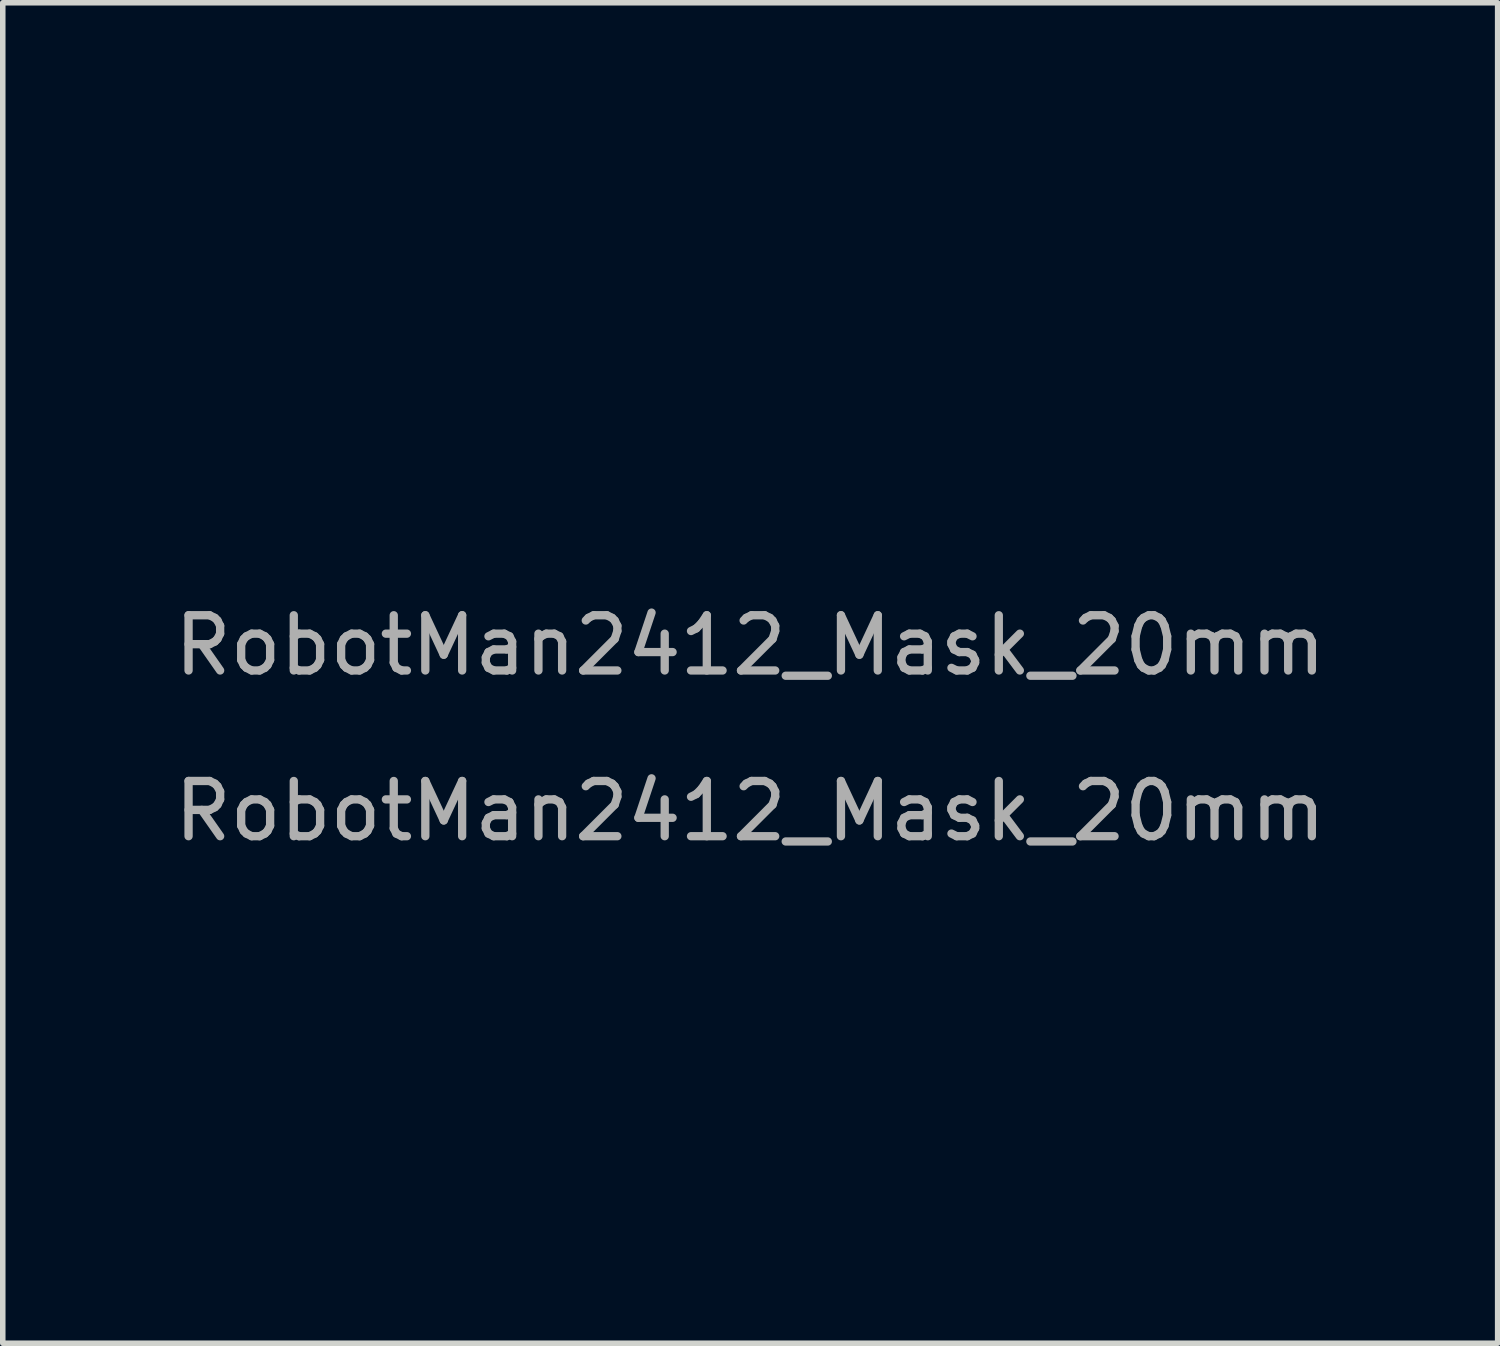
<source format=kicad_pcb>
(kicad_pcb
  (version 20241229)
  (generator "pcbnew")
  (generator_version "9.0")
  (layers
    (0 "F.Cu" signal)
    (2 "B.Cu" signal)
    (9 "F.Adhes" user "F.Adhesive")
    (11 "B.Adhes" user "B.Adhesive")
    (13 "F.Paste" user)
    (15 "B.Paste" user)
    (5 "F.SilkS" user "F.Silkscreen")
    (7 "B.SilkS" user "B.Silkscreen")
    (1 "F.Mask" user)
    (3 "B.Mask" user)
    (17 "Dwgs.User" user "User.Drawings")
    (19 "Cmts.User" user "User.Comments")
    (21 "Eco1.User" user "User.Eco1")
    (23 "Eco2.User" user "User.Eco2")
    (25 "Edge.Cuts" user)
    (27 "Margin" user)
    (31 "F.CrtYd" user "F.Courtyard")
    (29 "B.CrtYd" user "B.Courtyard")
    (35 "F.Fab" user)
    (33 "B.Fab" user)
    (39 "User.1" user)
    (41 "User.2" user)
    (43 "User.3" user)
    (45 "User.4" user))
  (footprint "RobotMan2412_Mask_20mm"
    (layer "F.Cu")
    (at 10.53 9.132)
    (property "Reference" "RobotMan2412_Mask_20mm" (at 0 -0.5 0) (unlocked yes) (layer "F.Fab") (effects (font (size 1 1) (thickness 0.15))))
    (attr smd)
    (fp_poly (pts (xy -3.75 -9) (xy -3.75 -9) (xy -3.75 -9)) (stroke (width 0.265) (type solid)) (fill yes) (layer "F.Mask"))
    (fp_poly (pts (xy -3.75 7.25) (xy -3.75 7.25) (xy -3.75 7.25)) (stroke (width 0.265) (type solid)) (fill yes) (layer "F.Mask"))
    (fp_poly (pts (xy -2.5 -9) (xy -2.5 -9) (xy -2.5 -9)) (stroke (width 0.265) (type solid)) (fill yes) (layer "F.Mask"))
    (fp_poly (pts (xy -2.5 7.25) (xy -2.5 7.25) (xy -2.5 7.25)) (stroke (width 0.265) (type solid)) (fill yes) (layer "F.Mask"))
    (fp_poly (pts (xy -1.25 -9) (xy -1.25 -9) (xy -1.25 -9)) (stroke (width 0.265) (type solid)) (fill yes) (layer "F.Mask"))
    (fp_poly (pts (xy -1.25 7.25) (xy -1.25 7.25) (xy -1.25 7.25)) (stroke (width 0.265) (type solid)) (fill yes) (layer "F.Mask"))
    (fp_poly (pts (xy -0.00011 -9) (xy -0.000122 -9) (xy -0.000095 -9)) (stroke (width 0.265) (type solid)) (fill yes) (layer "F.Mask"))
    (fp_poly (pts (xy -0.000108 7.25) (xy -0.000121 7.25) (xy -0.000095 7.25)) (stroke (width 0.265) (type solid)) (fill yes) (layer "F.Mask"))
    (fp_poly (pts (xy 1.25 -9) (xy 1.25 -9) (xy 1.25 -9)) (stroke (width 0.265) (type solid)) (fill yes) (layer "F.Mask"))
    (fp_poly (pts (xy 1.25 7.25) (xy 1.25 7.25) (xy 1.25 7.25)) (stroke (width 0.265) (type solid)) (fill yes) (layer "F.Mask"))
    (fp_poly (pts (xy 2.5 -9) (xy 2.5 -9) (xy 2.5 -9)) (stroke (width 0.265) (type solid)) (fill yes) (layer "F.Mask"))
    (fp_poly (pts (xy 2.5 7.25) (xy 2.5 7.25) (xy 2.5 7.25)) (stroke (width 0.265) (type solid)) (fill yes) (layer "F.Mask"))
    (fp_poly (pts (xy 3.75 -9) (xy 3.75 -9) (xy 3.75 -9)) (stroke (width 0.265) (type solid)) (fill yes) (layer "F.Mask"))
    (fp_poly (pts (xy 3.75 7.25) (xy 3.75 7.25) (xy 3.75 7.25)) (stroke (width 0.265) (type solid)) (fill yes) (layer "F.Mask"))
    (fp_poly (pts (xy -7.487 -0.25) (xy -7.475 -0.249) (xy -7.463 -0.247) (xy -7.451 -0.245) (xy -7.439 -0.243) (xy -7.427 -0.239) (xy -7.416 -0.236) (xy -7.404 -0.231) (xy -7.393 -0.226) (xy -7.382 -0.221) (xy -7.371 -0.215) (xy -7.361 -0.208) (xy -7.351 -0.201) (xy -7.341 -0.194) (xy -7.332 -0.186) (xy -7.323 -0.177) (xy -7.314 -0.168) (xy -7.306 -0.159) (xy -7.299 -0.149) (xy -7.292 -0.139) (xy -7.285 -0.129) (xy -7.279 -0.118) (xy -7.274 -0.107) (xy -7.269 -0.096) (xy -7.264 -0.084) (xy -7.261 -0.073) (xy -7.257 -0.061) (xy -7.255 -0.049) (xy -7.253 -0.037) (xy -7.251 -0.025) (xy -7.25 -0.012) (xy -7.25 -0.000094) (xy -7.25 0.012) (xy -7.251 0.025) (xy -7.253 0.037) (xy -7.255 0.049) (xy -7.257 0.061) (xy -7.261 0.073) (xy -7.264 0.084) (xy -7.269 0.096) (xy -7.274 0.107) (xy -7.279 0.118) (xy -7.285 0.128) (xy -7.292 0.139) (xy -7.299 0.149) (xy -7.306 0.158) (xy -7.314 0.168) (xy -7.323 0.177) (xy -7.332 0.185) (xy -7.341 0.193) (xy -7.351 0.201) (xy -7.361 0.208) (xy -7.371 0.215) (xy -7.382 0.221) (xy -7.393 0.226) (xy -7.404 0.231) (xy -7.416 0.235) (xy -7.427 0.239) (xy -7.439 0.242) (xy -7.451 0.245) (xy -7.463 0.247) (xy -7.475 0.249) (xy -7.487 0.25) (xy -7.5 0.25) (xy -8.75 0.25) (xy -8.762 0.25) (xy -8.775 0.249) (xy -8.787 0.247) (xy -8.799 0.245) (xy -8.811 0.243) (xy -8.823 0.239) (xy -8.834 0.235) (xy -8.846 0.231) (xy -8.857 0.226) (xy -8.868 0.221) (xy -8.878 0.215) (xy -8.889 0.208) (xy -8.899 0.201) (xy -8.908 0.193) (xy -8.918 0.185) (xy -8.927 0.177) (xy -8.935 0.168) (xy -8.943 0.158) (xy -8.951 0.149) (xy -8.958 0.139) (xy -8.965 0.128) (xy -8.971 0.118) (xy -8.976 0.107) (xy -8.981 0.096) (xy -8.985 0.084) (xy -8.989 0.073) (xy -8.993 0.061) (xy -8.995 0.049) (xy -8.997 0.037) (xy -8.999 0.025) (xy -9 0.012) (xy -9 -0.000095) (xy -9 -0.013) (xy -8.999 -0.025) (xy -8.997 -0.037) (xy -8.995 -0.049) (xy -8.993 -0.061) (xy -8.989 -0.073) (xy -8.985 -0.084) (xy -8.981 -0.096) (xy -8.976 -0.107) (xy -8.971 -0.118) (xy -8.965 -0.129) (xy -8.958 -0.139) (xy -8.951 -0.149) (xy -8.943 -0.159) (xy -8.935 -0.168) (xy -8.927 -0.177) (xy -8.918 -0.186) (xy -8.908 -0.194) (xy -8.899 -0.201) (xy -8.889 -0.208) (xy -8.878 -0.215) (xy -8.868 -0.221) (xy -8.857 -0.226) (xy -8.846 -0.231) (xy -8.834 -0.236) (xy -8.823 -0.239) (xy -8.811 -0.243) (xy -8.799 -0.245) (xy -8.787 -0.247) (xy -8.775 -0.249) (xy -8.762 -0.25) (xy -8.75 -0.25) (xy -7.5 -0.25)) (stroke (width 0.265) (type solid)) (fill yes) (layer "F.Mask"))
    (fp_poly (pts (xy -7.487 1) (xy -7.475 1.001) (xy -7.463 1.003) (xy -7.451 1.005) (xy -7.439 1.007) (xy -7.427 1.011) (xy -7.416 1.014) (xy -7.404 1.019) (xy -7.393 1.024) (xy -7.382 1.029) (xy -7.371 1.035) (xy -7.361 1.042) (xy -7.351 1.049) (xy -7.341 1.056) (xy -7.332 1.065) (xy -7.323 1.073) (xy -7.314 1.082) (xy -7.306 1.091) (xy -7.299 1.101) (xy -7.292 1.111) (xy -7.285 1.122) (xy -7.279 1.132) (xy -7.274 1.143) (xy -7.269 1.154) (xy -7.264 1.166) (xy -7.261 1.177) (xy -7.257 1.189) (xy -7.255 1.201) (xy -7.253 1.213) (xy -7.251 1.225) (xy -7.25 1.238) (xy -7.25 1.25) (xy -7.25 1.262) (xy -7.251 1.275) (xy -7.253 1.287) (xy -7.255 1.299) (xy -7.257 1.311) (xy -7.261 1.323) (xy -7.264 1.334) (xy -7.269 1.346) (xy -7.274 1.357) (xy -7.279 1.368) (xy -7.285 1.378) (xy -7.292 1.389) (xy -7.299 1.399) (xy -7.306 1.409) (xy -7.314 1.418) (xy -7.323 1.427) (xy -7.332 1.435) (xy -7.341 1.443) (xy -7.351 1.451) (xy -7.361 1.458) (xy -7.371 1.465) (xy -7.382 1.471) (xy -7.393 1.476) (xy -7.404 1.481) (xy -7.416 1.485) (xy -7.427 1.489) (xy -7.439 1.493) (xy -7.451 1.495) (xy -7.463 1.497) (xy -7.475 1.499) (xy -7.487 1.5) (xy -7.5 1.5) (xy -8.75 1.5) (xy -8.762 1.5) (xy -8.775 1.499) (xy -8.787 1.497) (xy -8.799 1.495) (xy -8.811 1.493) (xy -8.823 1.489) (xy -8.834 1.485) (xy -8.846 1.481) (xy -8.857 1.476) (xy -8.868 1.471) (xy -8.878 1.465) (xy -8.889 1.458) (xy -8.899 1.451) (xy -8.908 1.443) (xy -8.918 1.435) (xy -8.927 1.427) (xy -8.935 1.418) (xy -8.943 1.408) (xy -8.951 1.399) (xy -8.958 1.389) (xy -8.965 1.378) (xy -8.971 1.368) (xy -8.976 1.357) (xy -8.981 1.346) (xy -8.985 1.334) (xy -8.989 1.323) (xy -8.993 1.311) (xy -8.995 1.299) (xy -8.997 1.287) (xy -8.999 1.275) (xy -9 1.262) (xy -9 1.25) (xy -9 1.238) (xy -8.999 1.225) (xy -8.997 1.213) (xy -8.995 1.201) (xy -8.993 1.189) (xy -8.989 1.177) (xy -8.985 1.166) (xy -8.981 1.154) (xy -8.976 1.143) (xy -8.971 1.132) (xy -8.965 1.122) (xy -8.958 1.111) (xy -8.951 1.101) (xy -8.943 1.091) (xy -8.935 1.082) (xy -8.927 1.073) (xy -8.918 1.065) (xy -8.908 1.056) (xy -8.899 1.049) (xy -8.889 1.042) (xy -8.878 1.035) (xy -8.868 1.029) (xy -8.857 1.024) (xy -8.846 1.019) (xy -8.834 1.014) (xy -8.823 1.011) (xy -8.811 1.007) (xy -8.799 1.005) (xy -8.787 1.003) (xy -8.775 1.001) (xy -8.762 1) (xy -8.75 1) (xy -7.5 1)) (stroke (width 0.265) (type solid)) (fill yes) (layer "F.Mask"))
    (fp_poly (pts (xy -7.487 2.25) (xy -7.475 2.251) (xy -7.463 2.253) (xy -7.451 2.255) (xy -7.439 2.257) (xy -7.427 2.261) (xy -7.416 2.265) (xy -7.404 2.269) (xy -7.393 2.274) (xy -7.382 2.279) (xy -7.371 2.285) (xy -7.361 2.292) (xy -7.351 2.299) (xy -7.341 2.307) (xy -7.332 2.315) (xy -7.323 2.323) (xy -7.314 2.332) (xy -7.306 2.341) (xy -7.299 2.351) (xy -7.292 2.361) (xy -7.285 2.372) (xy -7.279 2.382) (xy -7.274 2.393) (xy -7.269 2.404) (xy -7.264 2.416) (xy -7.261 2.427) (xy -7.257 2.439) (xy -7.255 2.451) (xy -7.253 2.463) (xy -7.251 2.475) (xy -7.25 2.488) (xy -7.25 2.5) (xy -7.25 2.512) (xy -7.251 2.525) (xy -7.253 2.537) (xy -7.255 2.549) (xy -7.257 2.561) (xy -7.261 2.573) (xy -7.264 2.584) (xy -7.269 2.596) (xy -7.274 2.607) (xy -7.279 2.618) (xy -7.285 2.628) (xy -7.292 2.639) (xy -7.299 2.649) (xy -7.306 2.659) (xy -7.314 2.668) (xy -7.323 2.677) (xy -7.332 2.685) (xy -7.341 2.694) (xy -7.351 2.701) (xy -7.361 2.708) (xy -7.371 2.715) (xy -7.382 2.721) (xy -7.393 2.726) (xy -7.404 2.731) (xy -7.416 2.736) (xy -7.427 2.739) (xy -7.439 2.743) (xy -7.451 2.745) (xy -7.463 2.747) (xy -7.475 2.749) (xy -7.487 2.75) (xy -7.5 2.75) (xy -8.75 2.75) (xy -8.762 2.75) (xy -8.775 2.749) (xy -8.787 2.747) (xy -8.799 2.745) (xy -8.811 2.743) (xy -8.823 2.739) (xy -8.834 2.736) (xy -8.846 2.731) (xy -8.857 2.726) (xy -8.868 2.721) (xy -8.878 2.715) (xy -8.889 2.708) (xy -8.899 2.701) (xy -8.908 2.694) (xy -8.918 2.685) (xy -8.927 2.677) (xy -8.935 2.668) (xy -8.943 2.659) (xy -8.951 2.649) (xy -8.958 2.639) (xy -8.965 2.628) (xy -8.971 2.618) (xy -8.976 2.607) (xy -8.981 2.596) (xy -8.985 2.584) (xy -8.989 2.573) (xy -8.993 2.561) (xy -8.995 2.549) (xy -8.997 2.537) (xy -8.999 2.525) (xy -9 2.512) (xy -9 2.5) (xy -9 2.488) (xy -8.999 2.475) (xy -8.997 2.463) (xy -8.995 2.451) (xy -8.993 2.439) (xy -8.989 2.427) (xy -8.985 2.416) (xy -8.981 2.404) (xy -8.976 2.393) (xy -8.971 2.382) (xy -8.965 2.372) (xy -8.958 2.361) (xy -8.951 2.351) (xy -8.943 2.341) (xy -8.935 2.332) (xy -8.927 2.323) (xy -8.918 2.315) (xy -8.908 2.307) (xy -8.899 2.299) (xy -8.889 2.292) (xy -8.878 2.285) (xy -8.868 2.279) (xy -8.857 2.274) (xy -8.846 2.269) (xy -8.834 2.265) (xy -8.823 2.261) (xy -8.811 2.257) (xy -8.799 2.255) (xy -8.787 2.253) (xy -8.775 2.251) (xy -8.762 2.25) (xy -8.75 2.25) (xy -7.5 2.25)) (stroke (width 0.265) (type solid)) (fill yes) (layer "F.Mask"))
    (fp_poly (pts (xy -7.487 -4) (xy -7.474 -3.999) (xy -7.462 -3.997) (xy -7.45 -3.995) (xy -7.437 -3.992) (xy -7.426 -3.989) (xy -7.414 -3.985) (xy -7.403 -3.98) (xy -7.392 -3.975) (xy -7.381 -3.97) (xy -7.37 -3.964) (xy -7.36 -3.957) (xy -7.35 -3.95) (xy -7.341 -3.943) (xy -7.332 -3.935) (xy -7.323 -3.927) (xy -7.315 -3.918) (xy -7.307 -3.909) (xy -7.3 -3.9) (xy -7.293 -3.89) (xy -7.286 -3.88) (xy -7.28 -3.869) (xy -7.275 -3.859) (xy -7.27 -3.847) (xy -7.265 -3.836) (xy -7.261 -3.825) (xy -7.258 -3.813) (xy -7.255 -3.801) (xy -7.253 -3.788) (xy -7.251 -3.776) (xy -7.25 -3.763) (xy -7.25 -3.75) (xy -7.25 -3.738) (xy -7.251 -3.726) (xy -7.253 -3.713) (xy -7.255 -3.701) (xy -7.257 -3.689) (xy -7.261 -3.677) (xy -7.264 -3.666) (xy -7.269 -3.655) (xy -7.274 -3.643) (xy -7.279 -3.632) (xy -7.285 -3.622) (xy -7.292 -3.611) (xy -7.299 -3.601) (xy -7.306 -3.592) (xy -7.314 -3.582) (xy -7.323 -3.573) (xy -7.332 -3.565) (xy -7.341 -3.557) (xy -7.351 -3.549) (xy -7.361 -3.542) (xy -7.371 -3.536) (xy -7.382 -3.53) (xy -7.393 -3.524) (xy -7.404 -3.519) (xy -7.416 -3.515) (xy -7.427 -3.511) (xy -7.439 -3.508) (xy -7.451 -3.505) (xy -7.463 -3.503) (xy -7.475 -3.501) (xy -7.487 -3.5) (xy -7.5 -3.5) (xy -8.75 -3.5) (xy -8.762 -3.5) (xy -8.775 -3.501) (xy -8.787 -3.503) (xy -8.799 -3.505) (xy -8.811 -3.508) (xy -8.823 -3.511) (xy -8.834 -3.515) (xy -8.846 -3.519) (xy -8.857 -3.524) (xy -8.868 -3.53) (xy -8.878 -3.536) (xy -8.889 -3.542) (xy -8.899 -3.549) (xy -8.908 -3.557) (xy -8.918 -3.565) (xy -8.927 -3.573) (xy -8.935 -3.582) (xy -8.943 -3.592) (xy -8.951 -3.601) (xy -8.958 -3.611) (xy -8.965 -3.622) (xy -8.971 -3.632) (xy -8.976 -3.643) (xy -8.981 -3.654) (xy -8.985 -3.666) (xy -8.989 -3.677) (xy -8.993 -3.689) (xy -8.995 -3.701) (xy -8.997 -3.713) (xy -8.999 -3.726) (xy -9 -3.738) (xy -9 -3.75) (xy -9 -3.763) (xy -8.999 -3.776) (xy -8.997 -3.788) (xy -8.995 -3.801) (xy -8.992 -3.813) (xy -8.989 -3.825) (xy -8.985 -3.836) (xy -8.98 -3.847) (xy -8.975 -3.859) (xy -8.97 -3.869) (xy -8.964 -3.88) (xy -8.957 -3.89) (xy -8.95 -3.9) (xy -8.943 -3.909) (xy -8.935 -3.918) (xy -8.927 -3.927) (xy -8.918 -3.935) (xy -8.909 -3.943) (xy -8.899 -3.95) (xy -8.89 -3.957) (xy -8.88 -3.964) (xy -8.869 -3.97) (xy -8.858 -3.975) (xy -8.847 -3.98) (xy -8.836 -3.985) (xy -8.824 -3.989) (xy -8.812 -3.992) (xy -8.8 -3.995) (xy -8.788 -3.997) (xy -8.775 -3.999) (xy -8.763 -4) (xy -8.75 -4) (xy -7.5 -4)) (stroke (width 0.265) (type solid)) (fill yes) (layer "F.Mask"))
    (fp_poly (pts (xy -7.487 -2.749) (xy -7.474 -2.749) (xy -7.462 -2.747) (xy -7.45 -2.745) (xy -7.437 -2.742) (xy -7.426 -2.739) (xy -7.414 -2.735) (xy -7.403 -2.73) (xy -7.392 -2.725) (xy -7.381 -2.72) (xy -7.37 -2.714) (xy -7.36 -2.707) (xy -7.35 -2.7) (xy -7.341 -2.693) (xy -7.332 -2.685) (xy -7.323 -2.677) (xy -7.315 -2.668) (xy -7.307 -2.659) (xy -7.3 -2.65) (xy -7.293 -2.64) (xy -7.286 -2.63) (xy -7.28 -2.619) (xy -7.275 -2.608) (xy -7.27 -2.597) (xy -7.265 -2.586) (xy -7.261 -2.574) (xy -7.258 -2.563) (xy -7.255 -2.551) (xy -7.253 -2.538) (xy -7.251 -2.526) (xy -7.25 -2.513) (xy -7.25 -2.5) (xy -7.25 -2.488) (xy -7.251 -2.475) (xy -7.253 -2.463) (xy -7.255 -2.451) (xy -7.257 -2.439) (xy -7.261 -2.427) (xy -7.264 -2.416) (xy -7.269 -2.404) (xy -7.274 -2.393) (xy -7.279 -2.382) (xy -7.285 -2.372) (xy -7.292 -2.361) (xy -7.299 -2.351) (xy -7.306 -2.342) (xy -7.314 -2.332) (xy -7.323 -2.323) (xy -7.332 -2.315) (xy -7.341 -2.307) (xy -7.351 -2.299) (xy -7.361 -2.292) (xy -7.371 -2.286) (xy -7.382 -2.28) (xy -7.393 -2.274) (xy -7.404 -2.269) (xy -7.416 -2.265) (xy -7.427 -2.261) (xy -7.439 -2.258) (xy -7.451 -2.255) (xy -7.463 -2.253) (xy -7.475 -2.251) (xy -7.487 -2.25) (xy -7.5 -2.25) (xy -8.75 -2.25) (xy -8.762 -2.25) (xy -8.775 -2.251) (xy -8.787 -2.253) (xy -8.799 -2.255) (xy -8.811 -2.258) (xy -8.823 -2.261) (xy -8.834 -2.265) (xy -8.846 -2.269) (xy -8.857 -2.274) (xy -8.868 -2.28) (xy -8.878 -2.286) (xy -8.889 -2.292) (xy -8.899 -2.299) (xy -8.908 -2.307) (xy -8.918 -2.315) (xy -8.927 -2.323) (xy -8.935 -2.332) (xy -8.943 -2.342) (xy -8.951 -2.351) (xy -8.958 -2.361) (xy -8.965 -2.372) (xy -8.971 -2.382) (xy -8.976 -2.393) (xy -8.981 -2.404) (xy -8.985 -2.416) (xy -8.989 -2.427) (xy -8.993 -2.439) (xy -8.995 -2.451) (xy -8.997 -2.463) (xy -8.999 -2.475) (xy -9 -2.488) (xy -9 -2.5) (xy -9 -2.513) (xy -8.999 -2.526) (xy -8.997 -2.538) (xy -8.995 -2.551) (xy -8.992 -2.563) (xy -8.989 -2.574) (xy -8.985 -2.586) (xy -8.98 -2.597) (xy -8.975 -2.608) (xy -8.97 -2.619) (xy -8.964 -2.63) (xy -8.957 -2.64) (xy -8.95 -2.65) (xy -8.943 -2.659) (xy -8.935 -2.668) (xy -8.927 -2.677) (xy -8.918 -2.685) (xy -8.909 -2.693) (xy -8.899 -2.7) (xy -8.89 -2.707) (xy -8.88 -2.714) (xy -8.869 -2.72) (xy -8.858 -2.725) (xy -8.847 -2.73) (xy -8.836 -2.735) (xy -8.824 -2.739) (xy -8.812 -2.742) (xy -8.8 -2.745) (xy -8.788 -2.747) (xy -8.775 -2.749) (xy -8.763 -2.749) (xy -8.75 -2.75) (xy -7.5 -2.75)) (stroke (width 0.265) (type solid)) (fill yes) (layer "F.Mask"))
    (fp_poly (pts (xy -7.487 -1.499) (xy -7.474 -1.498) (xy -7.462 -1.497) (xy -7.45 -1.495) (xy -7.437 -1.492) (xy -7.426 -1.489) (xy -7.414 -1.485) (xy -7.403 -1.48) (xy -7.392 -1.475) (xy -7.381 -1.47) (xy -7.37 -1.464) (xy -7.36 -1.457) (xy -7.35 -1.45) (xy -7.341 -1.443) (xy -7.332 -1.435) (xy -7.323 -1.427) (xy -7.315 -1.418) (xy -7.307 -1.409) (xy -7.3 -1.4) (xy -7.293 -1.39) (xy -7.286 -1.38) (xy -7.28 -1.369) (xy -7.275 -1.358) (xy -7.27 -1.347) (xy -7.265 -1.336) (xy -7.261 -1.324) (xy -7.258 -1.313) (xy -7.255 -1.3) (xy -7.253 -1.288) (xy -7.251 -1.276) (xy -7.25 -1.263) (xy -7.25 -1.25) (xy -7.25 -1.238) (xy -7.251 -1.225) (xy -7.253 -1.213) (xy -7.255 -1.201) (xy -7.257 -1.189) (xy -7.261 -1.177) (xy -7.264 -1.166) (xy -7.269 -1.154) (xy -7.274 -1.143) (xy -7.279 -1.132) (xy -7.285 -1.122) (xy -7.292 -1.111) (xy -7.299 -1.101) (xy -7.306 -1.092) (xy -7.314 -1.082) (xy -7.323 -1.073) (xy -7.332 -1.065) (xy -7.341 -1.057) (xy -7.351 -1.049) (xy -7.361 -1.042) (xy -7.371 -1.035) (xy -7.382 -1.029) (xy -7.393 -1.024) (xy -7.404 -1.019) (xy -7.416 -1.015) (xy -7.427 -1.011) (xy -7.439 -1.008) (xy -7.451 -1.005) (xy -7.463 -1.003) (xy -7.475 -1.001) (xy -7.487 -1) (xy -7.5 -1) (xy -8.75 -1) (xy -8.762 -1) (xy -8.775 -1.001) (xy -8.787 -1.003) (xy -8.799 -1.005) (xy -8.811 -1.008) (xy -8.823 -1.011) (xy -8.834 -1.015) (xy -8.846 -1.019) (xy -8.857 -1.024) (xy -8.868 -1.029) (xy -8.878 -1.035) (xy -8.889 -1.042) (xy -8.899 -1.049) (xy -8.908 -1.057) (xy -8.918 -1.065) (xy -8.927 -1.073) (xy -8.935 -1.082) (xy -8.943 -1.092) (xy -8.951 -1.101) (xy -8.958 -1.111) (xy -8.965 -1.122) (xy -8.971 -1.132) (xy -8.976 -1.143) (xy -8.981 -1.154) (xy -8.985 -1.166) (xy -8.989 -1.177) (xy -8.993 -1.189) (xy -8.995 -1.201) (xy -8.997 -1.213) (xy -8.999 -1.225) (xy -9 -1.238) (xy -9 -1.25) (xy -9 -1.263) (xy -8.999 -1.276) (xy -8.997 -1.288) (xy -8.995 -1.3) (xy -8.992 -1.313) (xy -8.989 -1.324) (xy -8.985 -1.336) (xy -8.98 -1.347) (xy -8.975 -1.358) (xy -8.97 -1.369) (xy -8.964 -1.38) (xy -8.957 -1.39) (xy -8.95 -1.4) (xy -8.943 -1.409) (xy -8.935 -1.418) (xy -8.927 -1.427) (xy -8.918 -1.435) (xy -8.909 -1.443) (xy -8.899 -1.45) (xy -8.89 -1.457) (xy -8.88 -1.464) (xy -8.869 -1.47) (xy -8.858 -1.475) (xy -8.847 -1.48) (xy -8.836 -1.485) (xy -8.824 -1.489) (xy -8.812 -1.492) (xy -8.8 -1.495) (xy -8.788 -1.497) (xy -8.775 -1.498) (xy -8.763 -1.499) (xy -8.75 -1.5) (xy -7.5 -1.5)) (stroke (width 0.265) (type solid)) (fill yes) (layer "F.Mask"))
    (fp_poly (pts (xy 3.762 -9) (xy 3.775 -8.999) (xy 3.787 -8.997) (xy 3.799 -8.995) (xy 3.811 -8.993) (xy 3.823 -8.989) (xy 3.834 -8.985) (xy 3.846 -8.981) (xy 3.857 -8.976) (xy 3.868 -8.971) (xy 3.878 -8.965) (xy 3.889 -8.958) (xy 3.899 -8.951) (xy 3.909 -8.943) (xy 3.918 -8.935) (xy 3.927 -8.927) (xy 3.935 -8.918) (xy 3.944 -8.909) (xy 3.951 -8.899) (xy 3.958 -8.889) (xy 3.965 -8.878) (xy 3.971 -8.868) (xy 3.976 -8.857) (xy 3.981 -8.846) (xy 3.986 -8.834) (xy 3.989 -8.823) (xy 3.993 -8.811) (xy 3.995 -8.799) (xy 3.997 -8.787) (xy 3.999 -8.775) (xy 4 -8.762) (xy 4 -8.75) (xy 4 -7.5) (xy 4 -7.487) (xy 3.999 -7.475) (xy 3.997 -7.463) (xy 3.995 -7.451) (xy 3.993 -7.439) (xy 3.989 -7.427) (xy 3.986 -7.416) (xy 3.981 -7.404) (xy 3.976 -7.393) (xy 3.971 -7.382) (xy 3.965 -7.371) (xy 3.958 -7.361) (xy 3.951 -7.351) (xy 3.944 -7.341) (xy 3.936 -7.332) (xy 3.927 -7.323) (xy 3.918 -7.314) (xy 3.909 -7.306) (xy 3.899 -7.299) (xy 3.889 -7.292) (xy 3.879 -7.285) (xy 3.868 -7.279) (xy 3.857 -7.274) (xy 3.846 -7.269) (xy 3.834 -7.264) (xy 3.823 -7.261) (xy 3.811 -7.257) (xy 3.799 -7.255) (xy 3.787 -7.253) (xy 3.775 -7.251) (xy 3.762 -7.25) (xy 3.75 -7.25) (xy 3.738 -7.25) (xy 3.725 -7.251) (xy 3.713 -7.253) (xy 3.701 -7.255) (xy 3.689 -7.257) (xy 3.677 -7.261) (xy 3.666 -7.264) (xy 3.654 -7.269) (xy 3.643 -7.274) (xy 3.632 -7.279) (xy 3.622 -7.285) (xy 3.611 -7.292) (xy 3.601 -7.299) (xy 3.592 -7.306) (xy 3.582 -7.314) (xy 3.573 -7.323) (xy 3.565 -7.332) (xy 3.557 -7.341) (xy 3.549 -7.351) (xy 3.542 -7.361) (xy 3.535 -7.371) (xy 3.529 -7.382) (xy 3.524 -7.393) (xy 3.519 -7.404) (xy 3.515 -7.416) (xy 3.511 -7.427) (xy 3.507 -7.439) (xy 3.505 -7.451) (xy 3.503 -7.463) (xy 3.501 -7.475) (xy 3.5 -7.487) (xy 3.5 -7.5) (xy 3.5 -8.75) (xy 3.5 -8.762) (xy 3.501 -8.775) (xy 3.503 -8.787) (xy 3.505 -8.799) (xy 3.507 -8.811) (xy 3.511 -8.823) (xy 3.515 -8.834) (xy 3.519 -8.846) (xy 3.524 -8.857) (xy 3.529 -8.868) (xy 3.535 -8.878) (xy 3.542 -8.889) (xy 3.549 -8.899) (xy 3.557 -8.908) (xy 3.565 -8.918) (xy 3.573 -8.927) (xy 3.582 -8.935) (xy 3.592 -8.943) (xy 3.601 -8.951) (xy 3.611 -8.958) (xy 3.622 -8.965) (xy 3.632 -8.971) (xy 3.643 -8.976) (xy 3.654 -8.981) (xy 3.666 -8.985) (xy 3.677 -8.989) (xy 3.689 -8.993) (xy 3.701 -8.995) (xy 3.713 -8.997) (xy 3.725 -8.999) (xy 3.738 -9) (xy 3.75 -9)) (stroke (width 0.265) (type solid)) (fill yes) (layer "F.Mask"))
    (fp_poly (pts (xy 3.762 7.25) (xy 3.775 7.251) (xy 3.787 7.253) (xy 3.799 7.255) (xy 3.811 7.258) (xy 3.823 7.261) (xy 3.834 7.265) (xy 3.846 7.269) (xy 3.857 7.274) (xy 3.868 7.28) (xy 3.878 7.286) (xy 3.889 7.292) (xy 3.899 7.299) (xy 3.909 7.307) (xy 3.918 7.315) (xy 3.927 7.323) (xy 3.935 7.332) (xy 3.944 7.342) (xy 3.951 7.351) (xy 3.958 7.361) (xy 3.965 7.372) (xy 3.971 7.382) (xy 3.976 7.393) (xy 3.981 7.404) (xy 3.986 7.416) (xy 3.989 7.427) (xy 3.993 7.439) (xy 3.995 7.451) (xy 3.997 7.463) (xy 3.999 7.475) (xy 4 7.488) (xy 4 7.5) (xy 4 8.75) (xy 4 8.762) (xy 3.999 8.774) (xy 3.997 8.787) (xy 3.995 8.799) (xy 3.993 8.811) (xy 3.989 8.823) (xy 3.986 8.834) (xy 3.981 8.845) (xy 3.976 8.857) (xy 3.971 8.868) (xy 3.965 8.878) (xy 3.958 8.889) (xy 3.951 8.899) (xy 3.944 8.908) (xy 3.936 8.918) (xy 3.927 8.927) (xy 3.918 8.935) (xy 3.909 8.943) (xy 3.899 8.951) (xy 3.889 8.958) (xy 3.879 8.964) (xy 3.868 8.97) (xy 3.857 8.976) (xy 3.846 8.981) (xy 3.834 8.985) (xy 3.823 8.989) (xy 3.811 8.992) (xy 3.799 8.995) (xy 3.787 8.997) (xy 3.775 8.999) (xy 3.762 9) (xy 3.75 9) (xy 3.738 9) (xy 3.725 8.999) (xy 3.713 8.997) (xy 3.701 8.995) (xy 3.689 8.992) (xy 3.677 8.989) (xy 3.666 8.985) (xy 3.654 8.981) (xy 3.643 8.976) (xy 3.632 8.97) (xy 3.622 8.964) (xy 3.611 8.958) (xy 3.601 8.951) (xy 3.592 8.943) (xy 3.582 8.935) (xy 3.573 8.927) (xy 3.565 8.918) (xy 3.557 8.908) (xy 3.549 8.899) (xy 3.542 8.889) (xy 3.535 8.878) (xy 3.529 8.868) (xy 3.524 8.857) (xy 3.519 8.845) (xy 3.515 8.834) (xy 3.511 8.823) (xy 3.507 8.811) (xy 3.505 8.799) (xy 3.503 8.787) (xy 3.501 8.774) (xy 3.5 8.762) (xy 3.5 8.75) (xy 3.5 7.5) (xy 3.5 7.488) (xy 3.501 7.475) (xy 3.503 7.463) (xy 3.505 7.451) (xy 3.507 7.439) (xy 3.511 7.427) (xy 3.515 7.416) (xy 3.519 7.404) (xy 3.524 7.393) (xy 3.529 7.382) (xy 3.535 7.372) (xy 3.542 7.361) (xy 3.549 7.351) (xy 3.557 7.342) (xy 3.565 7.332) (xy 3.573 7.323) (xy 3.582 7.315) (xy 3.592 7.307) (xy 3.601 7.299) (xy 3.611 7.292) (xy 3.622 7.286) (xy 3.632 7.28) (xy 3.643 7.274) (xy 3.654 7.269) (xy 3.666 7.265) (xy 3.677 7.261) (xy 3.689 7.258) (xy 3.701 7.255) (xy 3.713 7.253) (xy 3.725 7.251) (xy 3.738 7.25) (xy 3.75 7.25)) (stroke (width 0.265) (type solid)) (fill yes) (layer "F.Mask"))
    (fp_poly (pts (xy 8.762 -0.25) (xy 8.774 -0.249) (xy 8.787 -0.247) (xy 8.799 -0.245) (xy 8.811 -0.243) (xy 8.823 -0.239) (xy 8.834 -0.236) (xy 8.845 -0.231) (xy 8.857 -0.226) (xy 8.868 -0.221) (xy 8.878 -0.215) (xy 8.889 -0.208) (xy 8.899 -0.201) (xy 8.908 -0.194) (xy 8.918 -0.186) (xy 8.927 -0.177) (xy 8.935 -0.168) (xy 8.943 -0.159) (xy 8.951 -0.149) (xy 8.958 -0.139) (xy 8.964 -0.129) (xy 8.97 -0.118) (xy 8.976 -0.107) (xy 8.981 -0.096) (xy 8.985 -0.084) (xy 8.989 -0.073) (xy 8.992 -0.061) (xy 8.995 -0.049) (xy 8.997 -0.037) (xy 8.999 -0.025) (xy 9 -0.012) (xy 9 -0.000094) (xy 9 0.012) (xy 8.999 0.025) (xy 8.997 0.037) (xy 8.995 0.049) (xy 8.992 0.061) (xy 8.989 0.073) (xy 8.985 0.084) (xy 8.981 0.096) (xy 8.976 0.107) (xy 8.97 0.118) (xy 8.964 0.128) (xy 8.958 0.139) (xy 8.951 0.149) (xy 8.943 0.158) (xy 8.935 0.168) (xy 8.927 0.177) (xy 8.918 0.185) (xy 8.908 0.193) (xy 8.899 0.201) (xy 8.889 0.208) (xy 8.878 0.215) (xy 8.868 0.221) (xy 8.857 0.226) (xy 8.845 0.231) (xy 8.834 0.235) (xy 8.823 0.239) (xy 8.811 0.242) (xy 8.799 0.245) (xy 8.787 0.247) (xy 8.774 0.249) (xy 8.762 0.25) (xy 8.75 0.25) (xy 7.5 0.25) (xy 7.488 0.25) (xy 7.476 0.249) (xy 7.463 0.247) (xy 7.451 0.245) (xy 7.439 0.243) (xy 7.427 0.239) (xy 7.416 0.235) (xy 7.405 0.231) (xy 7.393 0.226) (xy 7.382 0.221) (xy 7.372 0.215) (xy 7.361 0.208) (xy 7.351 0.201) (xy 7.342 0.193) (xy 7.332 0.185) (xy 7.323 0.177) (xy 7.315 0.168) (xy 7.307 0.158) (xy 7.299 0.149) (xy 7.292 0.139) (xy 7.286 0.128) (xy 7.28 0.118) (xy 7.274 0.107) (xy 7.269 0.096) (xy 7.265 0.084) (xy 7.261 0.073) (xy 7.258 0.061) (xy 7.255 0.049) (xy 7.253 0.037) (xy 7.251 0.025) (xy 7.25 0.012) (xy 7.25 -0.000095) (xy 7.25 -0.013) (xy 7.251 -0.025) (xy 7.253 -0.037) (xy 7.255 -0.049) (xy 7.258 -0.061) (xy 7.261 -0.073) (xy 7.265 -0.084) (xy 7.269 -0.096) (xy 7.274 -0.107) (xy 7.28 -0.118) (xy 7.286 -0.129) (xy 7.292 -0.139) (xy 7.299 -0.149) (xy 7.307 -0.159) (xy 7.315 -0.168) (xy 7.323 -0.177) (xy 7.332 -0.186) (xy 7.342 -0.194) (xy 7.351 -0.201) (xy 7.361 -0.208) (xy 7.372 -0.215) (xy 7.382 -0.221) (xy 7.393 -0.226) (xy 7.404 -0.231) (xy 7.416 -0.236) (xy 7.427 -0.239) (xy 7.439 -0.243) (xy 7.451 -0.245) (xy 7.463 -0.247) (xy 7.475 -0.249) (xy 7.488 -0.25) (xy 7.5 -0.25) (xy 8.75 -0.25)) (stroke (width 0.265) (type solid)) (fill yes) (layer "F.Mask"))
    (fp_poly (pts (xy 8.762 1) (xy 8.774 1.001) (xy 8.787 1.003) (xy 8.799 1.005) (xy 8.811 1.007) (xy 8.823 1.011) (xy 8.834 1.014) (xy 8.845 1.019) (xy 8.857 1.024) (xy 8.868 1.029) (xy 8.878 1.035) (xy 8.889 1.042) (xy 8.899 1.049) (xy 8.908 1.056) (xy 8.918 1.065) (xy 8.927 1.073) (xy 8.935 1.082) (xy 8.943 1.091) (xy 8.951 1.101) (xy 8.958 1.111) (xy 8.964 1.122) (xy 8.97 1.132) (xy 8.976 1.143) (xy 8.981 1.154) (xy 8.985 1.166) (xy 8.989 1.177) (xy 8.992 1.189) (xy 8.995 1.201) (xy 8.997 1.213) (xy 8.999 1.225) (xy 9 1.238) (xy 9 1.25) (xy 9 1.262) (xy 8.999 1.275) (xy 8.997 1.287) (xy 8.995 1.299) (xy 8.992 1.311) (xy 8.989 1.323) (xy 8.985 1.334) (xy 8.981 1.346) (xy 8.976 1.357) (xy 8.97 1.368) (xy 8.964 1.378) (xy 8.958 1.389) (xy 8.951 1.399) (xy 8.943 1.409) (xy 8.935 1.418) (xy 8.927 1.427) (xy 8.918 1.435) (xy 8.908 1.443) (xy 8.899 1.451) (xy 8.889 1.458) (xy 8.878 1.465) (xy 8.868 1.471) (xy 8.857 1.476) (xy 8.845 1.481) (xy 8.834 1.485) (xy 8.823 1.489) (xy 8.811 1.493) (xy 8.799 1.495) (xy 8.787 1.497) (xy 8.774 1.499) (xy 8.762 1.5) (xy 8.75 1.5) (xy 7.5 1.5) (xy 7.488 1.5) (xy 7.475 1.499) (xy 7.463 1.497) (xy 7.451 1.495) (xy 7.439 1.493) (xy 7.427 1.489) (xy 7.416 1.485) (xy 7.404 1.481) (xy 7.393 1.476) (xy 7.382 1.471) (xy 7.372 1.465) (xy 7.361 1.458) (xy 7.351 1.451) (xy 7.342 1.443) (xy 7.332 1.435) (xy 7.323 1.427) (xy 7.315 1.418) (xy 7.307 1.408) (xy 7.299 1.399) (xy 7.292 1.389) (xy 7.286 1.378) (xy 7.28 1.368) (xy 7.274 1.357) (xy 7.269 1.346) (xy 7.265 1.334) (xy 7.261 1.323) (xy 7.258 1.311) (xy 7.255 1.299) (xy 7.253 1.287) (xy 7.251 1.275) (xy 7.25 1.262) (xy 7.25 1.25) (xy 7.25 1.238) (xy 7.251 1.225) (xy 7.253 1.213) (xy 7.255 1.201) (xy 7.258 1.189) (xy 7.261 1.177) (xy 7.265 1.166) (xy 7.269 1.154) (xy 7.274 1.143) (xy 7.28 1.132) (xy 7.286 1.122) (xy 7.292 1.111) (xy 7.299 1.101) (xy 7.307 1.091) (xy 7.315 1.082) (xy 7.323 1.073) (xy 7.332 1.065) (xy 7.342 1.056) (xy 7.351 1.049) (xy 7.361 1.042) (xy 7.372 1.035) (xy 7.382 1.029) (xy 7.393 1.024) (xy 7.404 1.019) (xy 7.416 1.014) (xy 7.427 1.011) (xy 7.439 1.007) (xy 7.451 1.005) (xy 7.463 1.003) (xy 7.475 1.001) (xy 7.488 1) (xy 7.5 1) (xy 8.75 1)) (stroke (width 0.265) (type solid)) (fill yes) (layer "F.Mask"))
    (fp_poly (pts (xy 8.762 2.25) (xy 8.774 2.251) (xy 8.787 2.253) (xy 8.799 2.255) (xy 8.811 2.257) (xy 8.823 2.261) (xy 8.834 2.265) (xy 8.845 2.269) (xy 8.857 2.274) (xy 8.868 2.279) (xy 8.878 2.285) (xy 8.889 2.292) (xy 8.899 2.299) (xy 8.908 2.307) (xy 8.918 2.315) (xy 8.927 2.323) (xy 8.935 2.332) (xy 8.943 2.341) (xy 8.951 2.351) (xy 8.958 2.361) (xy 8.964 2.372) (xy 8.97 2.382) (xy 8.976 2.393) (xy 8.981 2.404) (xy 8.985 2.416) (xy 8.989 2.427) (xy 8.992 2.439) (xy 8.995 2.451) (xy 8.997 2.463) (xy 8.999 2.475) (xy 9 2.488) (xy 9 2.5) (xy 9 2.512) (xy 8.999 2.525) (xy 8.997 2.537) (xy 8.995 2.549) (xy 8.992 2.561) (xy 8.989 2.573) (xy 8.985 2.584) (xy 8.981 2.596) (xy 8.976 2.607) (xy 8.97 2.618) (xy 8.964 2.628) (xy 8.958 2.639) (xy 8.951 2.649) (xy 8.943 2.659) (xy 8.935 2.668) (xy 8.927 2.677) (xy 8.918 2.685) (xy 8.908 2.694) (xy 8.899 2.701) (xy 8.889 2.708) (xy 8.878 2.715) (xy 8.868 2.721) (xy 8.857 2.726) (xy 8.845 2.731) (xy 8.834 2.736) (xy 8.823 2.739) (xy 8.811 2.743) (xy 8.799 2.745) (xy 8.787 2.747) (xy 8.774 2.749) (xy 8.762 2.75) (xy 8.75 2.75) (xy 7.5 2.75) (xy 7.488 2.75) (xy 7.476 2.749) (xy 7.463 2.747) (xy 7.451 2.745) (xy 7.439 2.743) (xy 7.427 2.739) (xy 7.416 2.736) (xy 7.405 2.731) (xy 7.393 2.726) (xy 7.382 2.721) (xy 7.372 2.715) (xy 7.361 2.708) (xy 7.351 2.701) (xy 7.342 2.694) (xy 7.332 2.685) (xy 7.323 2.677) (xy 7.315 2.668) (xy 7.307 2.659) (xy 7.299 2.649) (xy 7.292 2.639) (xy 7.286 2.628) (xy 7.28 2.618) (xy 7.274 2.607) (xy 7.269 2.596) (xy 7.265 2.584) (xy 7.261 2.573) (xy 7.258 2.561) (xy 7.255 2.549) (xy 7.253 2.537) (xy 7.251 2.525) (xy 7.25 2.512) (xy 7.25 2.5) (xy 7.25 2.488) (xy 7.251 2.475) (xy 7.253 2.463) (xy 7.255 2.451) (xy 7.258 2.439) (xy 7.261 2.427) (xy 7.265 2.416) (xy 7.269 2.404) (xy 7.274 2.393) (xy 7.28 2.382) (xy 7.286 2.372) (xy 7.292 2.361) (xy 7.299 2.351) (xy 7.307 2.341) (xy 7.315 2.332) (xy 7.323 2.323) (xy 7.332 2.315) (xy 7.342 2.307) (xy 7.351 2.299) (xy 7.361 2.292) (xy 7.372 2.285) (xy 7.382 2.279) (xy 7.393 2.274) (xy 7.404 2.269) (xy 7.416 2.265) (xy 7.427 2.261) (xy 7.439 2.257) (xy 7.451 2.255) (xy 7.463 2.253) (xy 7.475 2.251) (xy 7.488 2.25) (xy 7.5 2.25) (xy 8.75 2.25)) (stroke (width 0.265) (type solid)) (fill yes) (layer "F.Mask"))
    (fp_poly (pts (xy 8.763 -4) (xy 8.775 -3.999) (xy 8.788 -3.997) (xy 8.8 -3.995) (xy 8.812 -3.992) (xy 8.824 -3.989) (xy 8.836 -3.985) (xy 8.847 -3.98) (xy 8.858 -3.975) (xy 8.869 -3.97) (xy 8.879 -3.964) (xy 8.889 -3.957) (xy 8.899 -3.95) (xy 8.909 -3.943) (xy 8.918 -3.935) (xy 8.926 -3.927) (xy 8.935 -3.918) (xy 8.943 -3.909) (xy 8.95 -3.9) (xy 8.957 -3.89) (xy 8.964 -3.88) (xy 8.97 -3.869) (xy 8.975 -3.859) (xy 8.98 -3.847) (xy 8.985 -3.836) (xy 8.989 -3.825) (xy 8.992 -3.813) (xy 8.995 -3.801) (xy 8.997 -3.788) (xy 8.999 -3.776) (xy 9 -3.763) (xy 9 -3.75) (xy 9 -3.738) (xy 8.999 -3.726) (xy 8.997 -3.713) (xy 8.995 -3.701) (xy 8.992 -3.689) (xy 8.989 -3.677) (xy 8.985 -3.666) (xy 8.981 -3.655) (xy 8.976 -3.643) (xy 8.97 -3.632) (xy 8.964 -3.622) (xy 8.958 -3.611) (xy 8.951 -3.601) (xy 8.943 -3.592) (xy 8.935 -3.582) (xy 8.927 -3.573) (xy 8.918 -3.565) (xy 8.908 -3.557) (xy 8.899 -3.549) (xy 8.889 -3.542) (xy 8.878 -3.536) (xy 8.868 -3.53) (xy 8.857 -3.524) (xy 8.845 -3.519) (xy 8.834 -3.515) (xy 8.823 -3.511) (xy 8.811 -3.508) (xy 8.799 -3.505) (xy 8.787 -3.503) (xy 8.774 -3.501) (xy 8.762 -3.5) (xy 8.75 -3.5) (xy 7.5 -3.5) (xy 7.488 -3.5) (xy 7.476 -3.501) (xy 7.463 -3.503) (xy 7.451 -3.505) (xy 7.439 -3.508) (xy 7.427 -3.511) (xy 7.416 -3.515) (xy 7.405 -3.519) (xy 7.393 -3.524) (xy 7.382 -3.53) (xy 7.372 -3.536) (xy 7.361 -3.542) (xy 7.351 -3.549) (xy 7.342 -3.557) (xy 7.332 -3.565) (xy 7.323 -3.573) (xy 7.315 -3.582) (xy 7.307 -3.592) (xy 7.299 -3.601) (xy 7.292 -3.611) (xy 7.286 -3.622) (xy 7.28 -3.632) (xy 7.274 -3.643) (xy 7.269 -3.654) (xy 7.265 -3.666) (xy 7.261 -3.677) (xy 7.258 -3.689) (xy 7.255 -3.701) (xy 7.253 -3.713) (xy 7.251 -3.726) (xy 7.25 -3.738) (xy 7.25 -3.75) (xy 7.25 -3.763) (xy 7.251 -3.776) (xy 7.253 -3.788) (xy 7.255 -3.801) (xy 7.258 -3.813) (xy 7.261 -3.825) (xy 7.265 -3.836) (xy 7.27 -3.847) (xy 7.275 -3.859) (xy 7.28 -3.869) (xy 7.286 -3.88) (xy 7.293 -3.89) (xy 7.3 -3.9) (xy 7.307 -3.909) (xy 7.315 -3.918) (xy 7.324 -3.927) (xy 7.332 -3.935) (xy 7.341 -3.943) (xy 7.351 -3.95) (xy 7.361 -3.957) (xy 7.371 -3.964) (xy 7.381 -3.97) (xy 7.392 -3.975) (xy 7.403 -3.98) (xy 7.414 -3.985) (xy 7.426 -3.989) (xy 7.438 -3.992) (xy 7.45 -3.995) (xy 7.462 -3.997) (xy 7.475 -3.999) (xy 7.487 -4) (xy 7.5 -4) (xy 8.75 -4)) (stroke (width 0.265) (type solid)) (fill yes) (layer "F.Mask"))
    (fp_poly (pts (xy 8.763 -2.749) (xy 8.775 -2.749) (xy 8.788 -2.747) (xy 8.8 -2.745) (xy 8.812 -2.742) (xy 8.824 -2.739) (xy 8.836 -2.735) (xy 8.847 -2.73) (xy 8.858 -2.725) (xy 8.869 -2.72) (xy 8.879 -2.714) (xy 8.889 -2.707) (xy 8.899 -2.7) (xy 8.909 -2.693) (xy 8.918 -2.685) (xy 8.926 -2.677) (xy 8.935 -2.668) (xy 8.943 -2.659) (xy 8.95 -2.65) (xy 8.957 -2.64) (xy 8.964 -2.63) (xy 8.97 -2.619) (xy 8.975 -2.608) (xy 8.98 -2.597) (xy 8.985 -2.586) (xy 8.989 -2.574) (xy 8.992 -2.563) (xy 8.995 -2.551) (xy 8.997 -2.538) (xy 8.999 -2.526) (xy 9 -2.513) (xy 9 -2.5) (xy 9 -2.488) (xy 8.999 -2.475) (xy 8.997 -2.463) (xy 8.995 -2.451) (xy 8.992 -2.439) (xy 8.989 -2.427) (xy 8.985 -2.416) (xy 8.981 -2.404) (xy 8.976 -2.393) (xy 8.97 -2.382) (xy 8.964 -2.372) (xy 8.958 -2.361) (xy 8.951 -2.351) (xy 8.943 -2.342) (xy 8.935 -2.332) (xy 8.927 -2.323) (xy 8.918 -2.315) (xy 8.908 -2.307) (xy 8.899 -2.299) (xy 8.889 -2.292) (xy 8.878 -2.286) (xy 8.868 -2.28) (xy 8.857 -2.274) (xy 8.845 -2.269) (xy 8.834 -2.265) (xy 8.823 -2.261) (xy 8.811 -2.258) (xy 8.799 -2.255) (xy 8.787 -2.253) (xy 8.774 -2.251) (xy 8.762 -2.25) (xy 8.75 -2.25) (xy 7.5 -2.25) (xy 7.488 -2.25) (xy 7.476 -2.251) (xy 7.463 -2.253) (xy 7.451 -2.255) (xy 7.439 -2.258) (xy 7.427 -2.261) (xy 7.416 -2.265) (xy 7.405 -2.269) (xy 7.393 -2.274) (xy 7.382 -2.28) (xy 7.372 -2.286) (xy 7.361 -2.292) (xy 7.351 -2.299) (xy 7.342 -2.307) (xy 7.332 -2.315) (xy 7.323 -2.323) (xy 7.315 -2.332) (xy 7.307 -2.342) (xy 7.299 -2.351) (xy 7.292 -2.361) (xy 7.286 -2.372) (xy 7.28 -2.382) (xy 7.274 -2.393) (xy 7.269 -2.404) (xy 7.265 -2.416) (xy 7.261 -2.427) (xy 7.258 -2.439) (xy 7.255 -2.451) (xy 7.253 -2.463) (xy 7.251 -2.475) (xy 7.25 -2.488) (xy 7.25 -2.5) (xy 7.25 -2.513) (xy 7.251 -2.526) (xy 7.253 -2.538) (xy 7.255 -2.551) (xy 7.258 -2.563) (xy 7.261 -2.574) (xy 7.265 -2.586) (xy 7.27 -2.597) (xy 7.275 -2.608) (xy 7.28 -2.619) (xy 7.286 -2.63) (xy 7.293 -2.64) (xy 7.3 -2.65) (xy 7.307 -2.659) (xy 7.315 -2.668) (xy 7.324 -2.677) (xy 7.332 -2.685) (xy 7.341 -2.693) (xy 7.351 -2.7) (xy 7.361 -2.707) (xy 7.371 -2.714) (xy 7.381 -2.72) (xy 7.392 -2.725) (xy 7.403 -2.73) (xy 7.414 -2.735) (xy 7.426 -2.739) (xy 7.438 -2.742) (xy 7.45 -2.745) (xy 7.462 -2.747) (xy 7.475 -2.749) (xy 7.487 -2.749) (xy 7.5 -2.75) (xy 8.75 -2.75)) (stroke (width 0.265) (type solid)) (fill yes) (layer "F.Mask"))
    (fp_poly (pts (xy 8.763 -1.499) (xy 8.775 -1.498) (xy 8.788 -1.497) (xy 8.8 -1.495) (xy 8.812 -1.492) (xy 8.824 -1.489) (xy 8.836 -1.485) (xy 8.847 -1.48) (xy 8.858 -1.475) (xy 8.869 -1.47) (xy 8.879 -1.464) (xy 8.889 -1.457) (xy 8.899 -1.45) (xy 8.909 -1.443) (xy 8.918 -1.435) (xy 8.926 -1.427) (xy 8.935 -1.418) (xy 8.943 -1.409) (xy 8.95 -1.4) (xy 8.957 -1.39) (xy 8.964 -1.38) (xy 8.97 -1.369) (xy 8.975 -1.358) (xy 8.98 -1.347) (xy 8.985 -1.336) (xy 8.989 -1.324) (xy 8.992 -1.313) (xy 8.995 -1.3) (xy 8.997 -1.288) (xy 8.999 -1.276) (xy 9 -1.263) (xy 9 -1.25) (xy 9 -1.238) (xy 8.999 -1.225) (xy 8.997 -1.213) (xy 8.995 -1.201) (xy 8.992 -1.189) (xy 8.989 -1.177) (xy 8.985 -1.166) (xy 8.981 -1.154) (xy 8.976 -1.143) (xy 8.97 -1.132) (xy 8.964 -1.122) (xy 8.958 -1.111) (xy 8.951 -1.101) (xy 8.943 -1.092) (xy 8.935 -1.082) (xy 8.927 -1.073) (xy 8.918 -1.065) (xy 8.908 -1.057) (xy 8.899 -1.049) (xy 8.889 -1.042) (xy 8.878 -1.035) (xy 8.868 -1.029) (xy 8.857 -1.024) (xy 8.845 -1.019) (xy 8.834 -1.015) (xy 8.823 -1.011) (xy 8.811 -1.008) (xy 8.799 -1.005) (xy 8.787 -1.003) (xy 8.774 -1.001) (xy 8.762 -1) (xy 8.75 -1) (xy 7.5 -1) (xy 7.488 -1) (xy 7.475 -1.001) (xy 7.463 -1.003) (xy 7.451 -1.005) (xy 7.439 -1.008) (xy 7.427 -1.011) (xy 7.416 -1.015) (xy 7.404 -1.019) (xy 7.393 -1.024) (xy 7.382 -1.029) (xy 7.372 -1.035) (xy 7.361 -1.042) (xy 7.351 -1.049) (xy 7.342 -1.057) (xy 7.332 -1.065) (xy 7.323 -1.073) (xy 7.315 -1.082) (xy 7.307 -1.092) (xy 7.299 -1.101) (xy 7.292 -1.111) (xy 7.286 -1.122) (xy 7.28 -1.132) (xy 7.274 -1.143) (xy 7.269 -1.154) (xy 7.265 -1.166) (xy 7.261 -1.177) (xy 7.258 -1.189) (xy 7.255 -1.201) (xy 7.253 -1.213) (xy 7.251 -1.225) (xy 7.25 -1.238) (xy 7.25 -1.25) (xy 7.25 -1.263) (xy 7.251 -1.276) (xy 7.253 -1.288) (xy 7.255 -1.3) (xy 7.258 -1.313) (xy 7.261 -1.324) (xy 7.265 -1.336) (xy 7.27 -1.347) (xy 7.275 -1.358) (xy 7.28 -1.369) (xy 7.286 -1.38) (xy 7.293 -1.39) (xy 7.3 -1.4) (xy 7.307 -1.409) (xy 7.315 -1.418) (xy 7.324 -1.427) (xy 7.332 -1.435) (xy 7.341 -1.443) (xy 7.351 -1.45) (xy 7.361 -1.457) (xy 7.371 -1.464) (xy 7.381 -1.47) (xy 7.392 -1.475) (xy 7.403 -1.48) (xy 7.414 -1.485) (xy 7.426 -1.489) (xy 7.438 -1.492) (xy 7.45 -1.495) (xy 7.462 -1.497) (xy 7.475 -1.498) (xy 7.487 -1.499) (xy 7.5 -1.5) (xy 8.75 -1.5)) (stroke (width 0.265) (type solid)) (fill yes) (layer "F.Mask"))
    (fp_poly (pts (xy -7.488 3.5) (xy -7.475 3.501) (xy -7.463 3.503) (xy -7.451 3.505) (xy -7.439 3.507) (xy -7.427 3.511) (xy -7.416 3.515) (xy -7.404 3.519) (xy -7.393 3.524) (xy -7.382 3.529) (xy -7.371 3.535) (xy -7.361 3.542) (xy -7.351 3.549) (xy -7.341 3.557) (xy -7.332 3.565) (xy -7.323 3.573) (xy -7.314 3.582) (xy -7.306 3.591) (xy -7.299 3.601) (xy -7.292 3.611) (xy -7.285 3.622) (xy -7.279 3.632) (xy -7.274 3.643) (xy -7.269 3.654) (xy -7.264 3.666) (xy -7.261 3.677) (xy -7.257 3.689) (xy -7.255 3.701) (xy -7.253 3.713) (xy -7.251 3.725) (xy -7.25 3.738) (xy -7.25 3.75) (xy -7.25 3.762) (xy -7.251 3.775) (xy -7.253 3.787) (xy -7.255 3.799) (xy -7.257 3.811) (xy -7.261 3.823) (xy -7.264 3.834) (xy -7.269 3.846) (xy -7.274 3.857) (xy -7.279 3.868) (xy -7.285 3.879) (xy -7.292 3.889) (xy -7.299 3.899) (xy -7.306 3.909) (xy -7.314 3.918) (xy -7.323 3.927) (xy -7.332 3.936) (xy -7.341 3.944) (xy -7.351 3.951) (xy -7.361 3.958) (xy -7.371 3.965) (xy -7.382 3.971) (xy -7.393 3.976) (xy -7.404 3.981) (xy -7.416 3.986) (xy -7.427 3.989) (xy -7.439 3.993) (xy -7.451 3.995) (xy -7.463 3.997) (xy -7.475 3.999) (xy -7.487 4) (xy -7.5 4) (xy -8.75 4) (xy -8.762 4) (xy -8.775 3.999) (xy -8.787 3.997) (xy -8.799 3.995) (xy -8.811 3.993) (xy -8.823 3.989) (xy -8.834 3.986) (xy -8.846 3.981) (xy -8.857 3.976) (xy -8.868 3.971) (xy -8.878 3.965) (xy -8.889 3.958) (xy -8.899 3.951) (xy -8.908 3.944) (xy -8.918 3.936) (xy -8.927 3.927) (xy -8.935 3.918) (xy -8.943 3.909) (xy -8.951 3.899) (xy -8.958 3.889) (xy -8.965 3.878) (xy -8.971 3.868) (xy -8.976 3.857) (xy -8.981 3.846) (xy -8.985 3.834) (xy -8.989 3.823) (xy -8.993 3.811) (xy -8.995 3.799) (xy -8.997 3.787) (xy -8.999 3.775) (xy -9 3.762) (xy -9 3.75) (xy -9 3.738) (xy -8.999 3.725) (xy -8.997 3.713) (xy -8.995 3.701) (xy -8.993 3.689) (xy -8.989 3.677) (xy -8.985 3.666) (xy -8.981 3.654) (xy -8.976 3.643) (xy -8.971 3.632) (xy -8.965 3.622) (xy -8.958 3.611) (xy -8.951 3.601) (xy -8.943 3.592) (xy -8.935 3.582) (xy -8.927 3.573) (xy -8.918 3.565) (xy -8.908 3.557) (xy -8.899 3.549) (xy -8.889 3.542) (xy -8.878 3.535) (xy -8.868 3.529) (xy -8.857 3.524) (xy -8.846 3.519) (xy -8.834 3.515) (xy -8.823 3.511) (xy -8.811 3.507) (xy -8.799 3.505) (xy -8.787 3.503) (xy -8.775 3.501) (xy -8.762 3.5) (xy -8.75 3.5) (xy -8.744 3.5) (xy -7.5 3.5)) (stroke (width 0.265) (type solid)) (fill yes) (layer "F.Mask"))
    (fp_poly (pts (xy 8.762 3.5) (xy 8.774 3.501) (xy 8.787 3.503) (xy 8.799 3.505) (xy 8.811 3.507) (xy 8.822 3.511) (xy 8.834 3.515) (xy 8.845 3.519) (xy 8.857 3.524) (xy 8.868 3.529) (xy 8.878 3.535) (xy 8.889 3.542) (xy 8.899 3.549) (xy 8.908 3.557) (xy 8.918 3.565) (xy 8.927 3.573) (xy 8.935 3.582) (xy 8.943 3.591) (xy 8.951 3.601) (xy 8.958 3.611) (xy 8.964 3.622) (xy 8.97 3.632) (xy 8.976 3.643) (xy 8.981 3.654) (xy 8.985 3.666) (xy 8.989 3.677) (xy 8.992 3.689) (xy 8.995 3.701) (xy 8.997 3.713) (xy 8.999 3.725) (xy 9 3.738) (xy 9 3.75) (xy 9 3.762) (xy 8.999 3.775) (xy 8.997 3.787) (xy 8.995 3.799) (xy 8.992 3.811) (xy 8.989 3.823) (xy 8.985 3.834) (xy 8.981 3.846) (xy 8.976 3.857) (xy 8.97 3.868) (xy 8.964 3.879) (xy 8.958 3.889) (xy 8.951 3.899) (xy 8.943 3.909) (xy 8.935 3.918) (xy 8.927 3.927) (xy 8.918 3.936) (xy 8.908 3.944) (xy 8.899 3.951) (xy 8.889 3.958) (xy 8.878 3.965) (xy 8.868 3.971) (xy 8.857 3.976) (xy 8.845 3.981) (xy 8.834 3.986) (xy 8.823 3.989) (xy 8.811 3.993) (xy 8.799 3.995) (xy 8.787 3.997) (xy 8.774 3.999) (xy 8.762 4) (xy 8.75 4) (xy 7.5 4) (xy 7.488 4) (xy 7.475 3.999) (xy 7.463 3.997) (xy 7.451 3.995) (xy 7.439 3.993) (xy 7.427 3.989) (xy 7.416 3.986) (xy 7.404 3.981) (xy 7.393 3.976) (xy 7.382 3.971) (xy 7.372 3.965) (xy 7.361 3.958) (xy 7.351 3.951) (xy 7.342 3.944) (xy 7.332 3.936) (xy 7.323 3.927) (xy 7.315 3.918) (xy 7.307 3.909) (xy 7.299 3.899) (xy 7.292 3.889) (xy 7.286 3.878) (xy 7.28 3.868) (xy 7.274 3.857) (xy 7.269 3.846) (xy 7.265 3.834) (xy 7.261 3.823) (xy 7.258 3.811) (xy 7.255 3.799) (xy 7.253 3.787) (xy 7.251 3.775) (xy 7.25 3.762) (xy 7.25 3.75) (xy 7.25 3.738) (xy 7.251 3.725) (xy 7.253 3.713) (xy 7.255 3.701) (xy 7.258 3.689) (xy 7.261 3.677) (xy 7.265 3.666) (xy 7.269 3.654) (xy 7.274 3.643) (xy 7.28 3.632) (xy 7.286 3.622) (xy 7.292 3.611) (xy 7.299 3.601) (xy 7.307 3.592) (xy 7.315 3.582) (xy 7.323 3.573) (xy 7.332 3.565) (xy 7.342 3.557) (xy 7.351 3.549) (xy 7.361 3.542) (xy 7.372 3.535) (xy 7.382 3.529) (xy 7.393 3.524) (xy 7.404 3.519) (xy 7.416 3.515) (xy 7.427 3.511) (xy 7.439 3.507) (xy 7.451 3.505) (xy 7.463 3.503) (xy 7.475 3.501) (xy 7.488 3.5) (xy 7.5 3.5) (xy 7.506 3.5) (xy 8.75 3.5)) (stroke (width 0.265) (type solid)) (fill yes) (layer "F.Mask"))
    (fp_poly (pts (xy -3.738 -9) (xy -3.726 -8.999) (xy -3.713 -8.997) (xy -3.701 -8.995) (xy -3.689 -8.993) (xy -3.678 -8.989) (xy -3.666 -8.985) (xy -3.655 -8.981) (xy -3.643 -8.976) (xy -3.632 -8.971) (xy -3.622 -8.965) (xy -3.611 -8.958) (xy -3.601 -8.951) (xy -3.592 -8.943) (xy -3.582 -8.935) (xy -3.573 -8.927) (xy -3.565 -8.918) (xy -3.557 -8.909) (xy -3.549 -8.899) (xy -3.542 -8.889) (xy -3.536 -8.878) (xy -3.53 -8.868) (xy -3.524 -8.857) (xy -3.519 -8.846) (xy -3.515 -8.834) (xy -3.511 -8.823) (xy -3.508 -8.811) (xy -3.505 -8.799) (xy -3.503 -8.787) (xy -3.501 -8.775) (xy -3.5 -8.762) (xy -3.5 -8.75) (xy -3.5 -7.513) (xy -3.5 -7.51) (xy -3.5 -7.506) (xy -3.5 -7.503) (xy -3.5 -7.5) (xy -3.5 -7.487) (xy -3.501 -7.475) (xy -3.503 -7.463) (xy -3.505 -7.451) (xy -3.508 -7.439) (xy -3.511 -7.427) (xy -3.515 -7.416) (xy -3.519 -7.404) (xy -3.524 -7.393) (xy -3.53 -7.382) (xy -3.536 -7.371) (xy -3.542 -7.361) (xy -3.549 -7.351) (xy -3.557 -7.341) (xy -3.565 -7.332) (xy -3.573 -7.323) (xy -3.582 -7.314) (xy -3.592 -7.306) (xy -3.601 -7.299) (xy -3.611 -7.292) (xy -3.622 -7.285) (xy -3.632 -7.279) (xy -3.643 -7.274) (xy -3.655 -7.269) (xy -3.666 -7.264) (xy -3.677 -7.261) (xy -3.689 -7.257) (xy -3.701 -7.255) (xy -3.713 -7.253) (xy -3.726 -7.251) (xy -3.738 -7.25) (xy -3.75 -7.25) (xy -3.763 -7.25) (xy -3.776 -7.251) (xy -3.788 -7.253) (xy -3.801 -7.255) (xy -3.813 -7.258) (xy -3.824 -7.261) (xy -3.836 -7.265) (xy -3.847 -7.27) (xy -3.858 -7.275) (xy -3.869 -7.28) (xy -3.88 -7.286) (xy -3.89 -7.293) (xy -3.9 -7.3) (xy -3.909 -7.307) (xy -3.918 -7.315) (xy -3.927 -7.323) (xy -3.935 -7.332) (xy -3.943 -7.341) (xy -3.95 -7.35) (xy -3.957 -7.36) (xy -3.964 -7.37) (xy -3.97 -7.381) (xy -3.975 -7.392) (xy -3.98 -7.403) (xy -3.985 -7.414) (xy -3.989 -7.426) (xy -3.992 -7.437) (xy -3.995 -7.45) (xy -3.997 -7.462) (xy -3.999 -7.474) (xy -4 -7.487) (xy -4 -7.5) (xy -4 -8.75) (xy -4 -8.763) (xy -3.999 -8.775) (xy -3.997 -8.788) (xy -3.995 -8.8) (xy -3.992 -8.812) (xy -3.989 -8.824) (xy -3.985 -8.836) (xy -3.98 -8.847) (xy -3.975 -8.858) (xy -3.97 -8.869) (xy -3.964 -8.88) (xy -3.957 -8.89) (xy -3.95 -8.899) (xy -3.943 -8.909) (xy -3.935 -8.918) (xy -3.927 -8.927) (xy -3.918 -8.935) (xy -3.909 -8.943) (xy -3.9 -8.95) (xy -3.89 -8.957) (xy -3.88 -8.964) (xy -3.869 -8.97) (xy -3.859 -8.975) (xy -3.847 -8.98) (xy -3.836 -8.985) (xy -3.825 -8.989) (xy -3.813 -8.992) (xy -3.801 -8.995) (xy -3.788 -8.997) (xy -3.776 -8.999) (xy -3.763 -9) (xy -3.75 -9)) (stroke (width 0.265) (type solid)) (fill yes) (layer "F.Mask"))
    (fp_poly (pts (xy -3.738 7.25) (xy -3.726 7.251) (xy -3.713 7.253) (xy -3.701 7.255) (xy -3.689 7.258) (xy -3.678 7.261) (xy -3.666 7.265) (xy -3.655 7.269) (xy -3.643 7.274) (xy -3.632 7.28) (xy -3.622 7.286) (xy -3.611 7.292) (xy -3.601 7.299) (xy -3.592 7.307) (xy -3.582 7.315) (xy -3.573 7.323) (xy -3.565 7.332) (xy -3.557 7.342) (xy -3.549 7.351) (xy -3.542 7.361) (xy -3.536 7.372) (xy -3.53 7.382) (xy -3.524 7.393) (xy -3.519 7.404) (xy -3.515 7.416) (xy -3.511 7.427) (xy -3.508 7.439) (xy -3.505 7.451) (xy -3.503 7.463) (xy -3.501 7.475) (xy -3.5 7.488) (xy -3.5 7.5) (xy -3.5 8.737) (xy -3.5 8.74) (xy -3.5 8.744) (xy -3.5 8.747) (xy -3.5 8.75) (xy -3.5 8.762) (xy -3.501 8.774) (xy -3.503 8.787) (xy -3.505 8.799) (xy -3.508 8.811) (xy -3.511 8.823) (xy -3.515 8.834) (xy -3.519 8.845) (xy -3.524 8.857) (xy -3.53 8.868) (xy -3.536 8.878) (xy -3.542 8.889) (xy -3.549 8.899) (xy -3.557 8.908) (xy -3.565 8.918) (xy -3.573 8.927) (xy -3.582 8.935) (xy -3.592 8.943) (xy -3.601 8.951) (xy -3.611 8.958) (xy -3.622 8.964) (xy -3.632 8.97) (xy -3.643 8.976) (xy -3.655 8.981) (xy -3.666 8.985) (xy -3.678 8.989) (xy -3.689 8.992) (xy -3.701 8.995) (xy -3.713 8.997) (xy -3.726 8.999) (xy -3.738 9) (xy -3.75 9) (xy -3.763 9) (xy -3.776 8.999) (xy -3.788 8.997) (xy -3.801 8.995) (xy -3.813 8.992) (xy -3.825 8.989) (xy -3.836 8.985) (xy -3.847 8.98) (xy -3.859 8.975) (xy -3.869 8.97) (xy -3.88 8.964) (xy -3.89 8.957) (xy -3.9 8.95) (xy -3.909 8.943) (xy -3.918 8.935) (xy -3.927 8.926) (xy -3.935 8.918) (xy -3.943 8.909) (xy -3.95 8.899) (xy -3.957 8.889) (xy -3.964 8.879) (xy -3.97 8.869) (xy -3.975 8.858) (xy -3.98 8.847) (xy -3.985 8.836) (xy -3.989 8.824) (xy -3.992 8.812) (xy -3.995 8.8) (xy -3.997 8.788) (xy -3.999 8.775) (xy -4 8.763) (xy -4 8.75) (xy -4 7.5) (xy -4 7.487) (xy -3.999 7.475) (xy -3.997 7.462) (xy -3.995 7.45) (xy -3.992 7.438) (xy -3.989 7.426) (xy -3.985 7.414) (xy -3.98 7.403) (xy -3.975 7.392) (xy -3.97 7.381) (xy -3.964 7.371) (xy -3.957 7.361) (xy -3.95 7.351) (xy -3.943 7.341) (xy -3.935 7.332) (xy -3.927 7.324) (xy -3.918 7.315) (xy -3.909 7.307) (xy -3.9 7.3) (xy -3.89 7.293) (xy -3.88 7.286) (xy -3.869 7.28) (xy -3.859 7.275) (xy -3.847 7.27) (xy -3.836 7.265) (xy -3.825 7.261) (xy -3.813 7.258) (xy -3.801 7.255) (xy -3.788 7.253) (xy -3.776 7.251) (xy -3.763 7.25) (xy -3.75 7.25)) (stroke (width 0.265) (type solid)) (fill yes) (layer "F.Mask"))
    (fp_poly (pts (xy -2.488 -9) (xy -2.476 -8.999) (xy -2.463 -8.997) (xy -2.451 -8.995) (xy -2.439 -8.993) (xy -2.427 -8.989) (xy -2.416 -8.985) (xy -2.404 -8.981) (xy -2.393 -8.976) (xy -2.382 -8.971) (xy -2.372 -8.965) (xy -2.361 -8.958) (xy -2.351 -8.951) (xy -2.342 -8.943) (xy -2.332 -8.935) (xy -2.323 -8.927) (xy -2.315 -8.918) (xy -2.307 -8.909) (xy -2.299 -8.899) (xy -2.292 -8.889) (xy -2.286 -8.878) (xy -2.28 -8.868) (xy -2.274 -8.857) (xy -2.269 -8.846) (xy -2.265 -8.834) (xy -2.261 -8.823) (xy -2.258 -8.811) (xy -2.255 -8.799) (xy -2.253 -8.787) (xy -2.251 -8.775) (xy -2.25 -8.762) (xy -2.25 -8.75) (xy -2.25 -7.513) (xy -2.25 -7.51) (xy -2.25 -7.506) (xy -2.25 -7.503) (xy -2.25 -7.5) (xy -2.25 -7.487) (xy -2.251 -7.475) (xy -2.253 -7.463) (xy -2.255 -7.451) (xy -2.258 -7.439) (xy -2.261 -7.427) (xy -2.265 -7.416) (xy -2.269 -7.404) (xy -2.274 -7.393) (xy -2.28 -7.382) (xy -2.286 -7.371) (xy -2.292 -7.361) (xy -2.299 -7.351) (xy -2.307 -7.341) (xy -2.315 -7.332) (xy -2.323 -7.323) (xy -2.332 -7.314) (xy -2.342 -7.306) (xy -2.351 -7.299) (xy -2.361 -7.292) (xy -2.372 -7.285) (xy -2.382 -7.279) (xy -2.393 -7.274) (xy -2.404 -7.269) (xy -2.416 -7.264) (xy -2.427 -7.261) (xy -2.439 -7.257) (xy -2.451 -7.255) (xy -2.463 -7.253) (xy -2.475 -7.251) (xy -2.488 -7.25) (xy -2.5 -7.25) (xy -2.513 -7.25) (xy -2.526 -7.251) (xy -2.538 -7.253) (xy -2.551 -7.255) (xy -2.563 -7.258) (xy -2.574 -7.261) (xy -2.586 -7.265) (xy -2.597 -7.27) (xy -2.608 -7.275) (xy -2.619 -7.28) (xy -2.63 -7.286) (xy -2.64 -7.293) (xy -2.65 -7.3) (xy -2.659 -7.307) (xy -2.668 -7.315) (xy -2.677 -7.323) (xy -2.685 -7.332) (xy -2.693 -7.341) (xy -2.7 -7.35) (xy -2.707 -7.36) (xy -2.714 -7.37) (xy -2.72 -7.381) (xy -2.725 -7.392) (xy -2.73 -7.403) (xy -2.735 -7.414) (xy -2.739 -7.426) (xy -2.742 -7.437) (xy -2.745 -7.45) (xy -2.747 -7.462) (xy -2.749 -7.474) (xy -2.749 -7.487) (xy -2.75 -7.5) (xy -2.75 -8.75) (xy -2.749 -8.763) (xy -2.749 -8.775) (xy -2.747 -8.788) (xy -2.745 -8.8) (xy -2.742 -8.812) (xy -2.739 -8.824) (xy -2.735 -8.836) (xy -2.73 -8.847) (xy -2.725 -8.858) (xy -2.72 -8.869) (xy -2.714 -8.88) (xy -2.707 -8.89) (xy -2.7 -8.899) (xy -2.693 -8.909) (xy -2.685 -8.918) (xy -2.677 -8.927) (xy -2.668 -8.935) (xy -2.659 -8.943) (xy -2.65 -8.95) (xy -2.64 -8.957) (xy -2.63 -8.964) (xy -2.619 -8.97) (xy -2.608 -8.975) (xy -2.597 -8.98) (xy -2.586 -8.985) (xy -2.574 -8.989) (xy -2.563 -8.992) (xy -2.551 -8.995) (xy -2.538 -8.997) (xy -2.526 -8.999) (xy -2.513 -9) (xy -2.5 -9)) (stroke (width 0.265) (type solid)) (fill yes) (layer "F.Mask"))
    (fp_poly (pts (xy -2.488 7.25) (xy -2.476 7.251) (xy -2.463 7.253) (xy -2.451 7.255) (xy -2.439 7.258) (xy -2.427 7.261) (xy -2.416 7.265) (xy -2.404 7.269) (xy -2.393 7.274) (xy -2.382 7.28) (xy -2.372 7.286) (xy -2.361 7.292) (xy -2.351 7.299) (xy -2.342 7.307) (xy -2.332 7.315) (xy -2.323 7.323) (xy -2.315 7.332) (xy -2.307 7.342) (xy -2.299 7.351) (xy -2.292 7.361) (xy -2.286 7.372) (xy -2.28 7.382) (xy -2.274 7.393) (xy -2.269 7.404) (xy -2.265 7.416) (xy -2.261 7.427) (xy -2.258 7.439) (xy -2.255 7.451) (xy -2.253 7.463) (xy -2.251 7.475) (xy -2.25 7.488) (xy -2.25 7.5) (xy -2.25 8.737) (xy -2.25 8.74) (xy -2.25 8.744) (xy -2.25 8.747) (xy -2.25 8.75) (xy -2.25 8.762) (xy -2.251 8.774) (xy -2.253 8.787) (xy -2.255 8.799) (xy -2.258 8.811) (xy -2.261 8.823) (xy -2.265 8.834) (xy -2.269 8.845) (xy -2.274 8.857) (xy -2.28 8.868) (xy -2.286 8.878) (xy -2.292 8.889) (xy -2.299 8.899) (xy -2.307 8.908) (xy -2.315 8.918) (xy -2.323 8.927) (xy -2.332 8.935) (xy -2.342 8.943) (xy -2.351 8.951) (xy -2.361 8.958) (xy -2.372 8.964) (xy -2.382 8.97) (xy -2.393 8.976) (xy -2.404 8.981) (xy -2.416 8.985) (xy -2.427 8.989) (xy -2.439 8.992) (xy -2.451 8.995) (xy -2.463 8.997) (xy -2.475 8.999) (xy -2.488 9) (xy -2.5 9) (xy -2.513 9) (xy -2.526 8.999) (xy -2.538 8.997) (xy -2.551 8.995) (xy -2.563 8.992) (xy -2.574 8.989) (xy -2.586 8.985) (xy -2.597 8.98) (xy -2.608 8.975) (xy -2.619 8.97) (xy -2.63 8.964) (xy -2.64 8.957) (xy -2.65 8.95) (xy -2.659 8.943) (xy -2.668 8.935) (xy -2.677 8.926) (xy -2.685 8.918) (xy -2.693 8.909) (xy -2.7 8.899) (xy -2.707 8.889) (xy -2.714 8.879) (xy -2.72 8.869) (xy -2.725 8.858) (xy -2.73 8.847) (xy -2.735 8.836) (xy -2.739 8.824) (xy -2.742 8.812) (xy -2.745 8.8) (xy -2.747 8.788) (xy -2.749 8.775) (xy -2.749 8.763) (xy -2.75 8.75) (xy -2.75 7.5) (xy -2.749 7.487) (xy -2.749 7.475) (xy -2.747 7.462) (xy -2.745 7.45) (xy -2.742 7.438) (xy -2.739 7.426) (xy -2.735 7.414) (xy -2.73 7.403) (xy -2.725 7.392) (xy -2.72 7.381) (xy -2.714 7.371) (xy -2.707 7.361) (xy -2.7 7.351) (xy -2.693 7.341) (xy -2.685 7.332) (xy -2.677 7.324) (xy -2.668 7.315) (xy -2.659 7.307) (xy -2.65 7.3) (xy -2.64 7.293) (xy -2.63 7.286) (xy -2.619 7.28) (xy -2.608 7.275) (xy -2.597 7.27) (xy -2.586 7.265) (xy -2.574 7.261) (xy -2.563 7.258) (xy -2.551 7.255) (xy -2.538 7.253) (xy -2.526 7.251) (xy -2.513 7.25) (xy -2.5 7.25)) (stroke (width 0.265) (type solid)) (fill yes) (layer "F.Mask"))
    (fp_poly (pts (xy -1.238 -9) (xy -1.225 -8.999) (xy -1.213 -8.997) (xy -1.201 -8.995) (xy -1.189 -8.993) (xy -1.177 -8.989) (xy -1.166 -8.985) (xy -1.154 -8.981) (xy -1.143 -8.976) (xy -1.132 -8.971) (xy -1.122 -8.965) (xy -1.111 -8.958) (xy -1.101 -8.951) (xy -1.092 -8.943) (xy -1.082 -8.935) (xy -1.073 -8.927) (xy -1.065 -8.918) (xy -1.057 -8.909) (xy -1.049 -8.899) (xy -1.042 -8.889) (xy -1.035 -8.878) (xy -1.029 -8.868) (xy -1.024 -8.857) (xy -1.019 -8.846) (xy -1.015 -8.834) (xy -1.011 -8.823) (xy -1.008 -8.811) (xy -1.005 -8.799) (xy -1.003 -8.787) (xy -1.001 -8.775) (xy -1 -8.762) (xy -1 -8.75) (xy -1 -7.507) (xy -1 -7.505) (xy -1 -7.503) (xy -1 -7.502) (xy -1 -7.5) (xy -1 -7.487) (xy -1.001 -7.475) (xy -1.003 -7.463) (xy -1.005 -7.451) (xy -1.008 -7.439) (xy -1.011 -7.427) (xy -1.015 -7.416) (xy -1.019 -7.404) (xy -1.024 -7.393) (xy -1.029 -7.382) (xy -1.035 -7.371) (xy -1.042 -7.361) (xy -1.049 -7.351) (xy -1.057 -7.341) (xy -1.065 -7.332) (xy -1.073 -7.323) (xy -1.082 -7.314) (xy -1.092 -7.306) (xy -1.101 -7.299) (xy -1.111 -7.292) (xy -1.122 -7.285) (xy -1.132 -7.279) (xy -1.143 -7.274) (xy -1.154 -7.269) (xy -1.166 -7.264) (xy -1.177 -7.261) (xy -1.189 -7.257) (xy -1.201 -7.255) (xy -1.213 -7.253) (xy -1.225 -7.251) (xy -1.238 -7.25) (xy -1.25 -7.25) (xy -1.263 -7.25) (xy -1.276 -7.251) (xy -1.288 -7.253) (xy -1.3 -7.255) (xy -1.313 -7.258) (xy -1.324 -7.261) (xy -1.336 -7.265) (xy -1.347 -7.27) (xy -1.358 -7.275) (xy -1.369 -7.28) (xy -1.38 -7.286) (xy -1.39 -7.293) (xy -1.4 -7.3) (xy -1.409 -7.307) (xy -1.418 -7.315) (xy -1.427 -7.323) (xy -1.435 -7.332) (xy -1.443 -7.341) (xy -1.45 -7.35) (xy -1.457 -7.36) (xy -1.464 -7.37) (xy -1.47 -7.381) (xy -1.475 -7.392) (xy -1.48 -7.403) (xy -1.485 -7.414) (xy -1.489 -7.426) (xy -1.492 -7.437) (xy -1.495 -7.45) (xy -1.497 -7.462) (xy -1.498 -7.474) (xy -1.499 -7.487) (xy -1.5 -7.5) (xy -1.5 -8.75) (xy -1.499 -8.763) (xy -1.498 -8.775) (xy -1.497 -8.788) (xy -1.495 -8.8) (xy -1.492 -8.812) (xy -1.489 -8.824) (xy -1.485 -8.836) (xy -1.48 -8.847) (xy -1.475 -8.858) (xy -1.47 -8.869) (xy -1.464 -8.88) (xy -1.457 -8.89) (xy -1.45 -8.899) (xy -1.443 -8.909) (xy -1.435 -8.918) (xy -1.427 -8.927) (xy -1.418 -8.935) (xy -1.409 -8.943) (xy -1.4 -8.95) (xy -1.39 -8.957) (xy -1.38 -8.964) (xy -1.369 -8.97) (xy -1.358 -8.975) (xy -1.347 -8.98) (xy -1.336 -8.985) (xy -1.324 -8.989) (xy -1.313 -8.992) (xy -1.3 -8.995) (xy -1.288 -8.997) (xy -1.276 -8.999) (xy -1.263 -9) (xy -1.25 -9)) (stroke (width 0.265) (type solid)) (fill yes) (layer "F.Mask"))
    (fp_poly (pts (xy -1.238 7.25) (xy -1.225 7.251) (xy -1.213 7.253) (xy -1.201 7.255) (xy -1.189 7.258) (xy -1.177 7.261) (xy -1.166 7.265) (xy -1.154 7.269) (xy -1.143 7.274) (xy -1.132 7.28) (xy -1.122 7.286) (xy -1.111 7.292) (xy -1.101 7.299) (xy -1.092 7.307) (xy -1.082 7.315) (xy -1.073 7.323) (xy -1.065 7.332) (xy -1.057 7.342) (xy -1.049 7.351) (xy -1.042 7.361) (xy -1.035 7.372) (xy -1.029 7.382) (xy -1.024 7.393) (xy -1.019 7.404) (xy -1.015 7.416) (xy -1.011 7.427) (xy -1.008 7.439) (xy -1.005 7.451) (xy -1.003 7.463) (xy -1.001 7.475) (xy -1 7.488) (xy -1 7.5) (xy -1 8.744) (xy -1 8.745) (xy -1 8.747) (xy -1 8.748) (xy -1 8.75) (xy -1 8.762) (xy -1.001 8.774) (xy -1.003 8.787) (xy -1.005 8.799) (xy -1.008 8.811) (xy -1.011 8.823) (xy -1.015 8.834) (xy -1.019 8.845) (xy -1.024 8.857) (xy -1.029 8.868) (xy -1.035 8.878) (xy -1.042 8.889) (xy -1.049 8.899) (xy -1.057 8.908) (xy -1.065 8.918) (xy -1.073 8.927) (xy -1.082 8.935) (xy -1.092 8.943) (xy -1.101 8.951) (xy -1.111 8.958) (xy -1.122 8.964) (xy -1.132 8.97) (xy -1.143 8.976) (xy -1.154 8.981) (xy -1.166 8.985) (xy -1.177 8.989) (xy -1.189 8.992) (xy -1.201 8.995) (xy -1.213 8.997) (xy -1.225 8.999) (xy -1.238 9) (xy -1.25 9) (xy -1.263 9) (xy -1.276 8.999) (xy -1.288 8.997) (xy -1.3 8.995) (xy -1.313 8.992) (xy -1.324 8.989) (xy -1.336 8.985) (xy -1.347 8.98) (xy -1.358 8.975) (xy -1.369 8.97) (xy -1.38 8.964) (xy -1.39 8.957) (xy -1.4 8.95) (xy -1.409 8.943) (xy -1.418 8.935) (xy -1.427 8.926) (xy -1.435 8.918) (xy -1.443 8.909) (xy -1.45 8.899) (xy -1.457 8.889) (xy -1.464 8.879) (xy -1.47 8.869) (xy -1.475 8.858) (xy -1.48 8.847) (xy -1.485 8.836) (xy -1.489 8.824) (xy -1.492 8.812) (xy -1.495 8.8) (xy -1.497 8.788) (xy -1.498 8.775) (xy -1.499 8.763) (xy -1.5 8.75) (xy -1.5 7.5) (xy -1.499 7.487) (xy -1.498 7.475) (xy -1.497 7.462) (xy -1.495 7.45) (xy -1.492 7.438) (xy -1.489 7.426) (xy -1.485 7.414) (xy -1.48 7.403) (xy -1.475 7.392) (xy -1.47 7.381) (xy -1.464 7.371) (xy -1.457 7.361) (xy -1.45 7.351) (xy -1.443 7.341) (xy -1.435 7.332) (xy -1.427 7.324) (xy -1.418 7.315) (xy -1.409 7.307) (xy -1.4 7.3) (xy -1.39 7.293) (xy -1.38 7.286) (xy -1.369 7.28) (xy -1.358 7.275) (xy -1.347 7.27) (xy -1.336 7.265) (xy -1.324 7.261) (xy -1.313 7.258) (xy -1.3 7.255) (xy -1.288 7.253) (xy -1.276 7.251) (xy -1.263 7.25) (xy -1.25 7.25)) (stroke (width 0.265) (type solid)) (fill yes) (layer "F.Mask"))
    (fp_poly (pts (xy 0.012 -9) (xy 0.025 -8.999) (xy 0.037 -8.997) (xy 0.049 -8.995) (xy 0.061 -8.993) (xy 0.073 -8.989) (xy 0.084 -8.985) (xy 0.096 -8.981) (xy 0.107 -8.976) (xy 0.118 -8.971) (xy 0.128 -8.965) (xy 0.139 -8.958) (xy 0.149 -8.951) (xy 0.158 -8.943) (xy 0.168 -8.935) (xy 0.177 -8.927) (xy 0.185 -8.918) (xy 0.193 -8.909) (xy 0.201 -8.899) (xy 0.208 -8.889) (xy 0.215 -8.878) (xy 0.221 -8.868) (xy 0.226 -8.857) (xy 0.231 -8.846) (xy 0.235 -8.834) (xy 0.239 -8.823) (xy 0.242 -8.811) (xy 0.245 -8.799) (xy 0.247 -8.787) (xy 0.249 -8.775) (xy 0.25 -8.762) (xy 0.25 -8.75) (xy 0.25 -7.507) (xy 0.25 -7.505) (xy 0.25 -7.503) (xy 0.25 -7.502) (xy 0.25 -7.5) (xy 0.25 -7.487) (xy 0.249 -7.475) (xy 0.247 -7.463) (xy 0.245 -7.451) (xy 0.242 -7.439) (xy 0.239 -7.427) (xy 0.235 -7.416) (xy 0.231 -7.404) (xy 0.226 -7.393) (xy 0.221 -7.382) (xy 0.215 -7.371) (xy 0.208 -7.361) (xy 0.201 -7.351) (xy 0.193 -7.341) (xy 0.185 -7.332) (xy 0.177 -7.323) (xy 0.168 -7.314) (xy 0.158 -7.306) (xy 0.149 -7.299) (xy 0.139 -7.292) (xy 0.128 -7.285) (xy 0.118 -7.279) (xy 0.107 -7.274) (xy 0.096 -7.269) (xy 0.084 -7.264) (xy 0.073 -7.261) (xy 0.061 -7.257) (xy 0.049 -7.255) (xy 0.037 -7.253) (xy 0.025 -7.251) (xy 0.012 -7.25) (xy -0.000068 -7.25) (xy -0.012 -7.25) (xy -0.025 -7.251) (xy -0.037 -7.253) (xy -0.049 -7.255) (xy -0.061 -7.257) (xy -0.073 -7.261) (xy -0.084 -7.264) (xy -0.096 -7.269) (xy -0.107 -7.274) (xy -0.118 -7.279) (xy -0.129 -7.285) (xy -0.139 -7.292) (xy -0.149 -7.299) (xy -0.159 -7.306) (xy -0.168 -7.314) (xy -0.177 -7.323) (xy -0.186 -7.332) (xy -0.194 -7.341) (xy -0.201 -7.351) (xy -0.208 -7.361) (xy -0.215 -7.371) (xy -0.221 -7.382) (xy -0.226 -7.393) (xy -0.231 -7.404) (xy -0.236 -7.416) (xy -0.239 -7.427) (xy -0.243 -7.439) (xy -0.245 -7.451) (xy -0.247 -7.463) (xy -0.249 -7.475) (xy -0.25 -7.487) (xy -0.25 -7.5) (xy -0.25 -8.75) (xy -0.25 -8.762) (xy -0.249 -8.775) (xy -0.247 -8.787) (xy -0.245 -8.799) (xy -0.243 -8.811) (xy -0.239 -8.823) (xy -0.236 -8.834) (xy -0.231 -8.846) (xy -0.226 -8.857) (xy -0.221 -8.868) (xy -0.215 -8.878) (xy -0.208 -8.889) (xy -0.201 -8.899) (xy -0.194 -8.908) (xy -0.186 -8.918) (xy -0.177 -8.927) (xy -0.168 -8.935) (xy -0.159 -8.943) (xy -0.149 -8.951) (xy -0.139 -8.958) (xy -0.129 -8.965) (xy -0.118 -8.971) (xy -0.107 -8.976) (xy -0.096 -8.981) (xy -0.084 -8.985) (xy -0.073 -8.989) (xy -0.061 -8.993) (xy -0.049 -8.995) (xy -0.037 -8.997) (xy -0.025 -8.999) (xy -0.013 -9) (xy -0.00011 -9)) (stroke (width 0.265) (type solid)) (fill yes) (layer "F.Mask"))
    (fp_poly (pts (xy 0.012 7.25) (xy 0.025 7.251) (xy 0.037 7.253) (xy 0.049 7.255) (xy 0.061 7.258) (xy 0.073 7.261) (xy 0.084 7.265) (xy 0.096 7.269) (xy 0.107 7.274) (xy 0.118 7.28) (xy 0.128 7.286) (xy 0.139 7.292) (xy 0.149 7.299) (xy 0.158 7.307) (xy 0.168 7.315) (xy 0.177 7.323) (xy 0.185 7.332) (xy 0.193 7.342) (xy 0.201 7.351) (xy 0.208 7.361) (xy 0.215 7.372) (xy 0.221 7.382) (xy 0.226 7.393) (xy 0.231 7.404) (xy 0.235 7.416) (xy 0.239 7.427) (xy 0.242 7.439) (xy 0.245 7.451) (xy 0.247 7.463) (xy 0.249 7.475) (xy 0.25 7.488) (xy 0.25 7.5) (xy 0.25 8.744) (xy 0.25 8.745) (xy 0.25 8.747) (xy 0.25 8.748) (xy 0.25 8.75) (xy 0.25 8.762) (xy 0.249 8.774) (xy 0.247 8.787) (xy 0.245 8.799) (xy 0.242 8.811) (xy 0.239 8.823) (xy 0.235 8.834) (xy 0.231 8.845) (xy 0.226 8.857) (xy 0.221 8.868) (xy 0.215 8.878) (xy 0.208 8.889) (xy 0.201 8.899) (xy 0.193 8.908) (xy 0.185 8.918) (xy 0.177 8.927) (xy 0.168 8.935) (xy 0.158 8.943) (xy 0.149 8.951) (xy 0.139 8.958) (xy 0.128 8.964) (xy 0.118 8.97) (xy 0.107 8.976) (xy 0.096 8.981) (xy 0.084 8.985) (xy 0.073 8.989) (xy 0.061 8.992) (xy 0.049 8.995) (xy 0.037 8.997) (xy 0.025 8.999) (xy 0.012 9) (xy -0.000103 9) (xy -0.013 9) (xy -0.025 8.999) (xy -0.037 8.997) (xy -0.049 8.995) (xy -0.061 8.992) (xy -0.073 8.989) (xy -0.084 8.985) (xy -0.096 8.981) (xy -0.107 8.976) (xy -0.118 8.97) (xy -0.129 8.964) (xy -0.139 8.958) (xy -0.149 8.951) (xy -0.159 8.943) (xy -0.168 8.935) (xy -0.177 8.927) (xy -0.186 8.918) (xy -0.194 8.908) (xy -0.201 8.899) (xy -0.208 8.889) (xy -0.215 8.878) (xy -0.221 8.868) (xy -0.226 8.857) (xy -0.231 8.845) (xy -0.236 8.834) (xy -0.239 8.823) (xy -0.243 8.811) (xy -0.245 8.799) (xy -0.247 8.787) (xy -0.249 8.774) (xy -0.25 8.762) (xy -0.25 8.75) (xy -0.25 7.5) (xy -0.25 7.488) (xy -0.249 7.475) (xy -0.247 7.463) (xy -0.245 7.451) (xy -0.243 7.439) (xy -0.239 7.427) (xy -0.236 7.416) (xy -0.231 7.404) (xy -0.226 7.393) (xy -0.221 7.382) (xy -0.215 7.372) (xy -0.208 7.361) (xy -0.201 7.351) (xy -0.194 7.342) (xy -0.186 7.332) (xy -0.177 7.323) (xy -0.168 7.315) (xy -0.159 7.307) (xy -0.149 7.299) (xy -0.139 7.292) (xy -0.129 7.286) (xy -0.118 7.28) (xy -0.107 7.274) (xy -0.096 7.269) (xy -0.084 7.265) (xy -0.073 7.261) (xy -0.061 7.258) (xy -0.049 7.255) (xy -0.037 7.253) (xy -0.025 7.251) (xy -0.013 7.25) (xy -0.000108 7.25)) (stroke (width 0.265) (type solid)) (fill yes) (layer "F.Mask"))
    (fp_poly (pts (xy 1.262 -9) (xy 1.275 -8.999) (xy 1.287 -8.997) (xy 1.299 -8.995) (xy 1.311 -8.993) (xy 1.323 -8.989) (xy 1.334 -8.985) (xy 1.346 -8.981) (xy 1.357 -8.976) (xy 1.368 -8.971) (xy 1.378 -8.965) (xy 1.389 -8.958) (xy 1.399 -8.951) (xy 1.408 -8.943) (xy 1.418 -8.935) (xy 1.427 -8.927) (xy 1.435 -8.918) (xy 1.443 -8.909) (xy 1.451 -8.899) (xy 1.458 -8.889) (xy 1.465 -8.878) (xy 1.471 -8.868) (xy 1.476 -8.857) (xy 1.481 -8.846) (xy 1.485 -8.834) (xy 1.489 -8.823) (xy 1.493 -8.811) (xy 1.495 -8.799) (xy 1.497 -8.787) (xy 1.499 -8.775) (xy 1.5 -8.762) (xy 1.5 -8.75) (xy 1.5 -7.507) (xy 1.5 -7.505) (xy 1.5 -7.503) (xy 1.5 -7.502) (xy 1.5 -7.5) (xy 1.5 -7.487) (xy 1.499 -7.475) (xy 1.497 -7.463) (xy 1.495 -7.451) (xy 1.493 -7.439) (xy 1.489 -7.427) (xy 1.485 -7.416) (xy 1.481 -7.404) (xy 1.476 -7.393) (xy 1.471 -7.382) (xy 1.465 -7.371) (xy 1.458 -7.361) (xy 1.451 -7.351) (xy 1.443 -7.341) (xy 1.435 -7.332) (xy 1.427 -7.323) (xy 1.418 -7.314) (xy 1.409 -7.306) (xy 1.399 -7.299) (xy 1.389 -7.292) (xy 1.378 -7.285) (xy 1.368 -7.279) (xy 1.357 -7.274) (xy 1.346 -7.269) (xy 1.334 -7.264) (xy 1.323 -7.261) (xy 1.311 -7.257) (xy 1.299 -7.255) (xy 1.287 -7.253) (xy 1.275 -7.251) (xy 1.262 -7.25) (xy 1.25 -7.25) (xy 1.238 -7.25) (xy 1.225 -7.251) (xy 1.213 -7.253) (xy 1.201 -7.255) (xy 1.189 -7.257) (xy 1.177 -7.261) (xy 1.166 -7.264) (xy 1.154 -7.269) (xy 1.143 -7.274) (xy 1.132 -7.279) (xy 1.122 -7.285) (xy 1.111 -7.292) (xy 1.101 -7.299) (xy 1.091 -7.306) (xy 1.082 -7.314) (xy 1.073 -7.323) (xy 1.065 -7.332) (xy 1.056 -7.341) (xy 1.049 -7.351) (xy 1.042 -7.361) (xy 1.035 -7.371) (xy 1.029 -7.382) (xy 1.024 -7.393) (xy 1.019 -7.404) (xy 1.014 -7.416) (xy 1.011 -7.427) (xy 1.007 -7.439) (xy 1.005 -7.451) (xy 1.003 -7.463) (xy 1.001 -7.475) (xy 1 -7.487) (xy 1 -7.5) (xy 1 -8.75) (xy 1 -8.762) (xy 1.001 -8.775) (xy 1.003 -8.787) (xy 1.005 -8.799) (xy 1.007 -8.811) (xy 1.011 -8.823) (xy 1.014 -8.834) (xy 1.019 -8.846) (xy 1.024 -8.857) (xy 1.029 -8.868) (xy 1.035 -8.878) (xy 1.042 -8.889) (xy 1.049 -8.899) (xy 1.056 -8.908) (xy 1.065 -8.918) (xy 1.073 -8.927) (xy 1.082 -8.935) (xy 1.091 -8.943) (xy 1.101 -8.951) (xy 1.111 -8.958) (xy 1.122 -8.965) (xy 1.132 -8.971) (xy 1.143 -8.976) (xy 1.154 -8.981) (xy 1.166 -8.985) (xy 1.177 -8.989) (xy 1.189 -8.993) (xy 1.201 -8.995) (xy 1.213 -8.997) (xy 1.225 -8.999) (xy 1.238 -9) (xy 1.25 -9)) (stroke (width 0.265) (type solid)) (fill yes) (layer "F.Mask"))
    (fp_poly (pts (xy 1.262 7.25) (xy 1.275 7.251) (xy 1.287 7.253) (xy 1.299 7.255) (xy 1.311 7.258) (xy 1.323 7.261) (xy 1.334 7.265) (xy 1.346 7.269) (xy 1.357 7.274) (xy 1.368 7.28) (xy 1.378 7.286) (xy 1.389 7.292) (xy 1.399 7.299) (xy 1.408 7.307) (xy 1.418 7.315) (xy 1.427 7.323) (xy 1.435 7.332) (xy 1.443 7.342) (xy 1.451 7.351) (xy 1.458 7.361) (xy 1.465 7.372) (xy 1.471 7.382) (xy 1.476 7.393) (xy 1.481 7.404) (xy 1.485 7.416) (xy 1.489 7.427) (xy 1.493 7.439) (xy 1.495 7.451) (xy 1.497 7.463) (xy 1.499 7.475) (xy 1.5 7.488) (xy 1.5 7.5) (xy 1.5 8.744) (xy 1.5 8.745) (xy 1.5 8.747) (xy 1.5 8.748) (xy 1.5 8.75) (xy 1.5 8.762) (xy 1.499 8.774) (xy 1.497 8.787) (xy 1.495 8.799) (xy 1.493 8.811) (xy 1.489 8.823) (xy 1.485 8.834) (xy 1.481 8.845) (xy 1.476 8.857) (xy 1.471 8.868) (xy 1.465 8.878) (xy 1.458 8.889) (xy 1.451 8.899) (xy 1.443 8.908) (xy 1.435 8.918) (xy 1.427 8.927) (xy 1.418 8.935) (xy 1.409 8.943) (xy 1.399 8.951) (xy 1.389 8.958) (xy 1.378 8.964) (xy 1.368 8.97) (xy 1.357 8.976) (xy 1.346 8.981) (xy 1.334 8.985) (xy 1.323 8.989) (xy 1.311 8.992) (xy 1.299 8.995) (xy 1.287 8.997) (xy 1.275 8.999) (xy 1.262 9) (xy 1.25 9) (xy 1.238 9) (xy 1.225 8.999) (xy 1.213 8.997) (xy 1.201 8.995) (xy 1.189 8.992) (xy 1.177 8.989) (xy 1.166 8.985) (xy 1.154 8.981) (xy 1.143 8.976) (xy 1.132 8.97) (xy 1.122 8.964) (xy 1.111 8.958) (xy 1.101 8.951) (xy 1.091 8.943) (xy 1.082 8.935) (xy 1.073 8.927) (xy 1.065 8.918) (xy 1.056 8.908) (xy 1.049 8.899) (xy 1.042 8.889) (xy 1.035 8.878) (xy 1.029 8.868) (xy 1.024 8.857) (xy 1.019 8.845) (xy 1.014 8.834) (xy 1.011 8.823) (xy 1.007 8.811) (xy 1.005 8.799) (xy 1.003 8.787) (xy 1.001 8.774) (xy 1 8.762) (xy 1 8.75) (xy 1 7.5) (xy 1 7.488) (xy 1.001 7.475) (xy 1.003 7.463) (xy 1.005 7.451) (xy 1.007 7.439) (xy 1.011 7.427) (xy 1.014 7.416) (xy 1.019 7.404) (xy 1.024 7.393) (xy 1.029 7.382) (xy 1.035 7.372) (xy 1.042 7.361) (xy 1.049 7.351) (xy 1.056 7.342) (xy 1.065 7.332) (xy 1.073 7.323) (xy 1.082 7.315) (xy 1.091 7.307) (xy 1.101 7.299) (xy 1.111 7.292) (xy 1.122 7.286) (xy 1.132 7.28) (xy 1.143 7.274) (xy 1.154 7.269) (xy 1.166 7.265) (xy 1.177 7.261) (xy 1.189 7.258) (xy 1.201 7.255) (xy 1.213 7.253) (xy 1.225 7.251) (xy 1.238 7.25) (xy 1.25 7.25)) (stroke (width 0.265) (type solid)) (fill yes) (layer "F.Mask"))
    (fp_poly (pts (xy 2.512 -9) (xy 2.525 -8.999) (xy 2.537 -8.997) (xy 2.549 -8.995) (xy 2.561 -8.993) (xy 2.573 -8.989) (xy 2.584 -8.985) (xy 2.596 -8.981) (xy 2.607 -8.976) (xy 2.618 -8.971) (xy 2.628 -8.965) (xy 2.639 -8.958) (xy 2.649 -8.951) (xy 2.659 -8.943) (xy 2.668 -8.935) (xy 2.677 -8.927) (xy 2.685 -8.918) (xy 2.693 -8.909) (xy 2.701 -8.899) (xy 2.708 -8.889) (xy 2.715 -8.878) (xy 2.721 -8.868) (xy 2.726 -8.857) (xy 2.731 -8.846) (xy 2.735 -8.834) (xy 2.739 -8.823) (xy 2.743 -8.811) (xy 2.745 -8.799) (xy 2.747 -8.787) (xy 2.749 -8.775) (xy 2.75 -8.762) (xy 2.75 -8.75) (xy 2.75 -7.507) (xy 2.75 -7.505) (xy 2.75 -7.503) (xy 2.75 -7.502) (xy 2.75 -7.5) (xy 2.75 -7.487) (xy 2.749 -7.475) (xy 2.747 -7.463) (xy 2.745 -7.451) (xy 2.743 -7.439) (xy 2.739 -7.427) (xy 2.736 -7.416) (xy 2.731 -7.404) (xy 2.726 -7.393) (xy 2.721 -7.382) (xy 2.715 -7.371) (xy 2.708 -7.361) (xy 2.701 -7.351) (xy 2.694 -7.341) (xy 2.685 -7.332) (xy 2.677 -7.323) (xy 2.668 -7.314) (xy 2.659 -7.306) (xy 2.649 -7.299) (xy 2.639 -7.292) (xy 2.628 -7.285) (xy 2.618 -7.279) (xy 2.607 -7.274) (xy 2.596 -7.269) (xy 2.584 -7.264) (xy 2.573 -7.261) (xy 2.561 -7.257) (xy 2.549 -7.255) (xy 2.537 -7.253) (xy 2.525 -7.251) (xy 2.512 -7.25) (xy 2.5 -7.25) (xy 2.488 -7.25) (xy 2.475 -7.251) (xy 2.463 -7.253) (xy 2.451 -7.255) (xy 2.439 -7.257) (xy 2.427 -7.261) (xy 2.416 -7.264) (xy 2.404 -7.269) (xy 2.393 -7.274) (xy 2.382 -7.279) (xy 2.372 -7.285) (xy 2.361 -7.292) (xy 2.351 -7.299) (xy 2.341 -7.306) (xy 2.332 -7.314) (xy 2.323 -7.323) (xy 2.315 -7.332) (xy 2.307 -7.341) (xy 2.299 -7.351) (xy 2.292 -7.361) (xy 2.285 -7.371) (xy 2.279 -7.382) (xy 2.274 -7.393) (xy 2.269 -7.404) (xy 2.265 -7.416) (xy 2.261 -7.427) (xy 2.257 -7.439) (xy 2.255 -7.451) (xy 2.253 -7.463) (xy 2.251 -7.475) (xy 2.25 -7.487) (xy 2.25 -7.5) (xy 2.25 -8.75) (xy 2.25 -8.762) (xy 2.251 -8.775) (xy 2.253 -8.787) (xy 2.255 -8.799) (xy 2.257 -8.811) (xy 2.261 -8.823) (xy 2.265 -8.834) (xy 2.269 -8.846) (xy 2.274 -8.857) (xy 2.279 -8.868) (xy 2.285 -8.878) (xy 2.292 -8.889) (xy 2.299 -8.899) (xy 2.307 -8.908) (xy 2.315 -8.918) (xy 2.323 -8.927) (xy 2.332 -8.935) (xy 2.341 -8.943) (xy 2.351 -8.951) (xy 2.361 -8.958) (xy 2.372 -8.965) (xy 2.382 -8.971) (xy 2.393 -8.976) (xy 2.404 -8.981) (xy 2.416 -8.985) (xy 2.427 -8.989) (xy 2.439 -8.993) (xy 2.451 -8.995) (xy 2.463 -8.997) (xy 2.475 -8.999) (xy 2.488 -9) (xy 2.5 -9)) (stroke (width 0.265) (type solid)) (fill yes) (layer "F.Mask"))
    (fp_poly (pts (xy 2.512 7.25) (xy 2.525 7.251) (xy 2.537 7.253) (xy 2.549 7.255) (xy 2.561 7.258) (xy 2.573 7.261) (xy 2.584 7.265) (xy 2.596 7.269) (xy 2.607 7.274) (xy 2.618 7.28) (xy 2.628 7.286) (xy 2.639 7.292) (xy 2.649 7.299) (xy 2.659 7.307) (xy 2.668 7.315) (xy 2.677 7.323) (xy 2.685 7.332) (xy 2.693 7.342) (xy 2.701 7.351) (xy 2.708 7.361) (xy 2.715 7.372) (xy 2.721 7.382) (xy 2.726 7.393) (xy 2.731 7.404) (xy 2.735 7.416) (xy 2.739 7.427) (xy 2.743 7.439) (xy 2.745 7.451) (xy 2.747 7.463) (xy 2.749 7.475) (xy 2.75 7.488) (xy 2.75 7.5) (xy 2.75 8.744) (xy 2.75 8.745) (xy 2.75 8.747) (xy 2.75 8.748) (xy 2.75 8.75) (xy 2.75 8.762) (xy 2.749 8.774) (xy 2.747 8.787) (xy 2.745 8.799) (xy 2.743 8.811) (xy 2.739 8.823) (xy 2.736 8.834) (xy 2.731 8.845) (xy 2.726 8.857) (xy 2.721 8.868) (xy 2.715 8.878) (xy 2.708 8.889) (xy 2.701 8.899) (xy 2.694 8.908) (xy 2.685 8.918) (xy 2.677 8.927) (xy 2.668 8.935) (xy 2.659 8.943) (xy 2.649 8.951) (xy 2.639 8.958) (xy 2.628 8.964) (xy 2.618 8.97) (xy 2.607 8.976) (xy 2.596 8.981) (xy 2.584 8.985) (xy 2.573 8.989) (xy 2.561 8.992) (xy 2.549 8.995) (xy 2.537 8.997) (xy 2.525 8.999) (xy 2.512 9) (xy 2.5 9) (xy 2.488 9) (xy 2.475 8.999) (xy 2.463 8.997) (xy 2.451 8.995) (xy 2.439 8.992) (xy 2.427 8.989) (xy 2.416 8.985) (xy 2.404 8.981) (xy 2.393 8.976) (xy 2.382 8.97) (xy 2.372 8.964) (xy 2.361 8.958) (xy 2.351 8.951) (xy 2.341 8.943) (xy 2.332 8.935) (xy 2.323 8.927) (xy 2.315 8.918) (xy 2.306 8.908) (xy 2.299 8.899) (xy 2.292 8.889) (xy 2.285 8.878) (xy 2.279 8.868) (xy 2.274 8.857) (xy 2.269 8.845) (xy 2.265 8.834) (xy 2.261 8.823) (xy 2.257 8.811) (xy 2.255 8.799) (xy 2.253 8.787) (xy 2.251 8.774) (xy 2.25 8.762) (xy 2.25 8.75) (xy 2.25 7.5) (xy 2.25 7.488) (xy 2.251 7.475) (xy 2.253 7.463) (xy 2.255 7.451) (xy 2.257 7.439) (xy 2.261 7.427) (xy 2.265 7.416) (xy 2.269 7.404) (xy 2.274 7.393) (xy 2.279 7.382) (xy 2.285 7.372) (xy 2.292 7.361) (xy 2.299 7.351) (xy 2.307 7.342) (xy 2.315 7.332) (xy 2.323 7.323) (xy 2.332 7.315) (xy 2.341 7.307) (xy 2.351 7.299) (xy 2.361 7.292) (xy 2.372 7.286) (xy 2.382 7.28) (xy 2.393 7.274) (xy 2.404 7.269) (xy 2.416 7.265) (xy 2.427 7.261) (xy 2.439 7.258) (xy 2.451 7.255) (xy 2.463 7.253) (xy 2.475 7.251) (xy 2.488 7.25) (xy 2.5 7.25)) (stroke (width 0.265) (type solid)) (fill yes) (layer "F.Mask"))
    (fp_poly (pts (xy 3.892 -6.496) (xy 4.031 -6.486) (xy 4.169 -6.468) (xy 4.304 -6.444) (xy 4.438 -6.413) (xy 4.568 -6.376) (xy 4.696 -6.333) (xy 4.821 -6.284) (xy 4.942 -6.229) (xy 5.061 -6.168) (xy 5.176 -6.102) (xy 5.288 -6.03) (xy 5.395 -5.953) (xy 5.499 -5.872) (xy 5.599 -5.785) (xy 5.695 -5.694) (xy 5.786 -5.599) (xy 5.872 -5.499) (xy 5.954 -5.395) (xy 6.03 -5.287) (xy 6.102 -5.176) (xy 6.168 -5.061) (xy 6.229 -4.942) (xy 6.284 -4.82) (xy 6.333 -4.696) (xy 6.376 -4.568) (xy 6.413 -4.437) (xy 6.444 -4.304) (xy 6.468 -4.169) (xy 6.486 -4.031) (xy 6.496 -3.892) (xy 6.5 -3.75) (xy 6.5 3.75) (xy 6.5 3.75) (xy 6.497 3.892) (xy 6.486 4.031) (xy 6.469 4.169) (xy 6.444 4.304) (xy 6.414 4.437) (xy 6.377 4.568) (xy 6.333 4.695) (xy 6.284 4.82) (xy 6.229 4.942) (xy 6.168 5.061) (xy 6.102 5.176) (xy 6.031 5.287) (xy 5.954 5.395) (xy 5.872 5.499) (xy 5.786 5.599) (xy 5.695 5.694) (xy 5.599 5.785) (xy 5.5 5.872) (xy 5.396 5.953) (xy 5.288 6.03) (xy 5.176 6.102) (xy 5.061 6.168) (xy 4.943 6.229) (xy 4.821 6.284) (xy 4.696 6.333) (xy 4.568 6.376) (xy 4.438 6.413) (xy 4.305 6.444) (xy 4.169 6.468) (xy 4.032 6.486) (xy 3.892 6.496) (xy 3.751 6.5) (xy 3.751 6) (xy 3.866 5.997) (xy 3.981 5.988) (xy 4.093 5.974) (xy 4.204 5.954) (xy 4.313 5.929) (xy 4.42 5.899) (xy 4.524 5.864) (xy 4.626 5.823) (xy 4.726 5.778) (xy 4.823 5.728) (xy 4.917 5.674) (xy 5.009 5.616) (xy 5.097 5.553) (xy 5.182 5.486) (xy 5.263 5.416) (xy 5.342 5.341) (xy 5.416 5.263) (xy 5.487 5.181) (xy 5.554 5.096) (xy 5.616 5.008) (xy 5.675 4.917) (xy 5.729 4.823) (xy 5.779 4.726) (xy 5.824 4.626) (xy 5.864 4.524) (xy 5.899 4.419) (xy 5.93 4.312) (xy 5.955 4.204) (xy 5.975 4.093) (xy 5.989 3.98) (xy 5.998 3.866) (xy 6.001 3.75) (xy 6 3.75) (xy 6 -3.75) (xy 5.997 -3.866) (xy 5.988 -3.98) (xy 5.974 -4.093) (xy 5.954 -4.204) (xy 5.929 -4.313) (xy 5.899 -4.419) (xy 5.864 -4.524) (xy 5.823 -4.626) (xy 5.778 -4.726) (xy 5.728 -4.823) (xy 5.674 -4.917) (xy 5.616 -5.008) (xy 5.553 -5.096) (xy 5.486 -5.181) (xy 5.416 -5.263) (xy 5.341 -5.341) (xy 5.263 -5.416) (xy 5.181 -5.486) (xy 5.096 -5.553) (xy 5.008 -5.616) (xy 4.917 -5.675) (xy 4.823 -5.729) (xy 4.726 -5.778) (xy 4.626 -5.823) (xy 4.524 -5.864) (xy 4.419 -5.899) (xy 4.312 -5.929) (xy 4.204 -5.955) (xy 4.093 -5.974) (xy 3.98 -5.989) (xy 3.866 -5.997) (xy 3.75 -6) (xy -3.75 -6) (xy -3.866 -5.997) (xy -3.98 -5.989) (xy -4.093 -5.974) (xy -4.204 -5.955) (xy -4.313 -5.929) (xy -4.419 -5.899) (xy -4.524 -5.864) (xy -4.626 -5.823) (xy -4.726 -5.778) (xy -4.823 -5.729) (xy -4.917 -5.675) (xy -5.008 -5.616) (xy -5.096 -5.553) (xy -5.181 -5.486) (xy -5.263 -5.416) (xy -5.341 -5.341) (xy -5.416 -5.263) (xy -5.486 -5.181) (xy -5.553 -5.096) (xy -5.616 -5.008) (xy -5.675 -4.917) (xy -5.729 -4.823) (xy -5.778 -4.726) (xy -5.823 -4.626) (xy -5.864 -4.524) (xy -5.899 -4.419) (xy -5.929 -4.313) (xy -5.955 -4.204) (xy -5.974 -4.093) (xy -5.989 -3.98) (xy -5.997 -3.866) (xy -6 -3.75) (xy -6 3.75) (xy -5.997 3.866) (xy -5.989 3.98) (xy -5.974 4.093) (xy -5.955 4.204) (xy -5.929 4.312) (xy -5.899 4.419) (xy -5.864 4.524) (xy -5.823 4.626) (xy -5.778 4.726) (xy -5.729 4.823) (xy -5.675 4.917) (xy -5.616 5.008) (xy -5.553 5.096) (xy -5.486 5.181) (xy -5.416 5.263) (xy -5.341 5.341) (xy -5.263 5.416) (xy -5.181 5.486) (xy -5.096 5.553) (xy -5.008 5.616) (xy -4.917 5.674) (xy -4.823 5.728) (xy -4.726 5.778) (xy -4.626 5.823) (xy -4.524 5.864) (xy -4.419 5.899) (xy -4.313 5.929) (xy -4.204 5.954) (xy -4.093 5.974) (xy -3.98 5.988) (xy -3.866 5.997) (xy -3.75 6) (xy 3.75 6) (xy 3.75 6.5) (xy -3.751 6.5) (xy -3.892 6.496) (xy -4.032 6.486) (xy -4.169 6.468) (xy -4.305 6.444) (xy -4.438 6.413) (xy -4.568 6.376) (xy -4.696 6.333) (xy -4.821 6.283) (xy -4.943 6.228) (xy -5.061 6.168) (xy -5.176 6.101) (xy -5.288 6.03) (xy -5.396 5.953) (xy -5.499 5.872) (xy -5.599 5.785) (xy -5.695 5.694) (xy -5.786 5.599) (xy -5.872 5.499) (xy -5.954 5.395) (xy -6.03 5.287) (xy -6.102 5.176) (xy -6.168 5.061) (xy -6.229 4.942) (xy -6.284 4.82) (xy -6.333 4.695) (xy -6.376 4.568) (xy -6.413 4.437) (xy -6.444 4.304) (xy -6.468 4.169) (xy -6.486 4.031) (xy -6.496 3.892) (xy -6.5 3.75) (xy -6.5 -3.75) (xy -6.496 -3.892) (xy -6.486 -4.031) (xy -6.468 -4.169) (xy -6.444 -4.304) (xy -6.413 -4.437) (xy -6.376 -4.568) (xy -6.333 -4.696) (xy -6.284 -4.821) (xy -6.229 -4.942) (xy -6.168 -5.061) (xy -6.102 -5.176) (xy -6.03 -5.288) (xy -5.954 -5.395) (xy -5.872 -5.499) (xy -5.786 -5.599) (xy -5.694 -5.694) (xy -5.599 -5.786) (xy -5.499 -5.872) (xy -5.395 -5.954) (xy -5.288 -6.03) (xy -5.176 -6.102) (xy -5.061 -6.168) (xy -4.942 -6.229) (xy -4.821 -6.284) (xy -4.696 -6.333) (xy -4.568 -6.376) (xy -4.437 -6.413) (xy -4.304 -6.444) (xy -4.169 -6.468) (xy -4.031 -6.486) (xy -3.892 -6.496) (xy -3.75 -6.5) (xy 3.75 -6.5)) (stroke (width 0.265) (type solid)) (fill yes) (layer "F.Mask"))
    (fp_poly (pts (xy -1.865 -5.5) (xy -1.862 -5.5) (xy -0.313 -5.5) (xy -0.164 -5.496) (xy -0.016 -5.485) (xy 0.13 -5.467) (xy 0.275 -5.442) (xy 0.419 -5.41) (xy 0.56 -5.37) (xy 0.699 -5.324) (xy 0.836 -5.272) (xy 0.969 -5.212) (xy 1.1 -5.147) (xy 1.228 -5.074) (xy 1.352 -4.996) (xy 1.472 -4.911) (xy 1.589 -4.821) (xy 1.701 -4.724) (xy 1.809 -4.621) (xy 1.911 -4.514) (xy 2.008 -4.401) (xy 2.099 -4.285) (xy 2.184 -4.164) (xy 2.262 -4.04) (xy 2.334 -3.913) (xy 2.4 -3.782) (xy 2.459 -3.648) (xy 2.512 -3.512) (xy 2.558 -3.373) (xy 2.597 -3.231) (xy 2.629 -3.088) (xy 2.655 -2.943) (xy 2.673 -2.797) (xy 2.684 -2.649) (xy 2.688 -2.5) (xy 2.685 -2.365) (xy 2.676 -2.231) (xy 2.661 -2.098) (xy 2.64 -1.967) (xy 2.614 -1.838) (xy 2.582 -1.711) (xy 2.545 -1.585) (xy 2.503 -1.462) (xy 2.455 -1.342) (xy 2.403 -1.224) (xy 2.345 -1.108) (xy 2.283 -0.996) (xy 2.216 -0.886) (xy 2.145 -0.779) (xy 2.069 -0.676) (xy 1.989 -0.576) (xy 1.905 -0.479) (xy 1.816 -0.386) (xy 1.724 -0.297) (xy 1.628 -0.212) (xy 1.528 -0.131) (xy 1.424 -0.054) (xy 1.318 0.019) (xy 1.207 0.087) (xy 1.094 0.15) (xy 0.977 0.209) (xy 0.857 0.263) (xy 0.735 0.311) (xy 0.61 0.355) (xy 0.482 0.393) (xy 0.351 0.426) (xy 0.219 0.453) (xy 2.317 4.702) (xy 2.318 4.705) (xy 2.319 4.708) (xy 2.321 4.711) (xy 2.322 4.714) (xy 2.323 4.716) (xy 2.329 4.729) (xy 2.335 4.742) (xy 2.341 4.755) (xy 2.346 4.769) (xy 2.35 4.782) (xy 2.355 4.796) (xy 2.358 4.81) (xy 2.362 4.824) (xy 2.365 4.838) (xy 2.368 4.852) (xy 2.37 4.866) (xy 2.372 4.88) (xy 2.373 4.894) (xy 2.374 4.909) (xy 2.375 4.923) (xy 2.375 4.938) (xy 2.374 4.963) (xy 2.372 4.989) (xy 2.369 5.014) (xy 2.365 5.038) (xy 2.359 5.062) (xy 2.352 5.086) (xy 2.345 5.109) (xy 2.336 5.132) (xy 2.326 5.154) (xy 2.315 5.176) (xy 2.303 5.197) (xy 2.29 5.217) (xy 2.276 5.236) (xy 2.261 5.255) (xy 2.245 5.273) (xy 2.229 5.291) (xy 2.211 5.307) (xy 2.193 5.323) (xy 2.174 5.338) (xy 2.155 5.352) (xy 2.134 5.365) (xy 2.113 5.377) (xy 2.092 5.388) (xy 2.07 5.398) (xy 2.047 5.407) (xy 2.024 5.415) (xy 2 5.422) (xy 1.976 5.427) (xy 1.951 5.432) (xy 1.926 5.435) (xy 1.901 5.437) (xy 1.875 5.437) (xy 1.857 5.437) (xy 1.84 5.436) (xy 1.822 5.434) (xy 1.804 5.432) (xy 1.787 5.429) (xy 1.77 5.426) (xy 1.753 5.422) (xy 1.736 5.417) (xy 1.719 5.412) (xy 1.703 5.407) (xy 1.687 5.4) (xy 1.671 5.394) (xy 1.655 5.386) (xy 1.64 5.378) (xy 1.624 5.37) (xy 1.61 5.361) (xy 1.595 5.352) (xy 1.581 5.342) (xy 1.567 5.331) (xy 1.554 5.32) (xy 1.541 5.309) (xy 1.528 5.297) (xy 1.516 5.285) (xy 1.504 5.272) (xy 1.492 5.259) (xy 1.481 5.245) (xy 1.471 5.231) (xy 1.461 5.217) (xy 1.451 5.202) (xy 1.442 5.187) (xy 1.433 5.171) (xy 1.425 5.155) (xy 1.425 5.155) (xy 1.425 5.155) (xy 1.425 5.155) (xy 1.425 5.155) (xy 1.425 5.155) (xy 1.425 5.154) (xy -1.008 0.227) (xy -1.008 0.227) (xy -1.014 0.213) (xy -1.02 0.2) (xy -1.026 0.186) (xy -1.031 0.173) (xy -1.036 0.159) (xy -1.041 0.145) (xy -1.045 0.131) (xy -1.049 0.117) (xy -1.052 0.102) (xy -1.055 0.088) (xy -1.057 0.073) (xy -1.059 0.059) (xy -1.061 0.044) (xy -1.062 0.029) (xy -1.062 0.015) (xy -1.063 -0.000095) (xy -1.062 -0.026) (xy -1.06 -0.051) (xy -1.057 -0.076) (xy -1.052 -0.101) (xy -1.047 -0.125) (xy -1.04 -0.149) (xy -1.032 -0.172) (xy -1.023 -0.195) (xy -1.013 -0.217) (xy -1.002 -0.238) (xy -0.99 -0.259) (xy -0.977 -0.28) (xy -0.963 -0.299) (xy -0.948 -0.318) (xy -0.932 -0.336) (xy -0.916 -0.354) (xy -0.899 -0.37) (xy -0.88 -0.386) (xy -0.862 -0.401) (xy -0.842 -0.415) (xy -0.822 -0.428) (xy -0.801 -0.44) (xy -0.779 -0.451) (xy -0.757 -0.461) (xy -0.734 -0.47) (xy -0.711 -0.477) (xy -0.687 -0.484) (xy -0.663 -0.49) (xy -0.638 -0.494) (xy -0.613 -0.497) (xy -0.588 -0.499) (xy -0.562 -0.5) (xy -0.559 -0.5) (xy -0.556 -0.5) (xy -0.553 -0.5) (xy -0.549 -0.5) (xy -0.313 -0.5) (xy -0.313 -0.502) (xy -0.206 -0.507) (xy -0.1 -0.518) (xy 0.004 -0.533) (xy 0.106 -0.552) (xy 0.206 -0.577) (xy 0.304 -0.605) (xy 0.4 -0.638) (xy 0.494 -0.675) (xy 0.586 -0.717) (xy 0.675 -0.762) (xy 0.761 -0.81) (xy 0.845 -0.863) (xy 0.925 -0.919) (xy 1.003 -0.979) (xy 1.078 -1.041) (xy 1.149 -1.107) (xy 1.217 -1.177) (xy 1.282 -1.249) (xy 1.343 -1.323) (xy 1.4 -1.401) (xy 1.454 -1.481) (xy 1.503 -1.564) (xy 1.548 -1.649) (xy 1.589 -1.736) (xy 1.626 -1.826) (xy 1.658 -1.917) (xy 1.686 -2.01) (xy 1.709 -2.105) (xy 1.727 -2.202) (xy 1.74 -2.3) (xy 1.747 -2.399) (xy 1.75 -2.5) (xy 1.748 -2.601) (xy 1.74 -2.701) (xy 1.727 -2.799) (xy 1.709 -2.895) (xy 1.686 -2.99) (xy 1.658 -3.084) (xy 1.626 -3.175) (xy 1.589 -3.264) (xy 1.548 -3.352) (xy 1.503 -3.437) (xy 1.454 -3.519) (xy 1.4 -3.6) (xy 1.343 -3.677) (xy 1.282 -3.752) (xy 1.218 -3.824) (xy 1.149 -3.893) (xy 1.078 -3.959) (xy 1.003 -4.022) (xy 0.926 -4.082) (xy 0.845 -4.138) (xy 0.761 -4.19) (xy 0.675 -4.239) (xy 0.586 -4.284) (xy 0.494 -4.326) (xy 0.4 -4.363) (xy 0.304 -4.396) (xy 0.206 -4.424) (xy 0.106 -4.448) (xy 0.004 -4.468) (xy -0.1 -4.483) (xy -0.206 -4.494) (xy -0.313 -4.499) (xy -0.313 -4.5) (xy -1.375 -4.5) (xy -1.375 4.987) (xy -1.375 4.99) (xy -1.375 4.994) (xy -1.375 4.997) (xy -1.375 5) (xy -1.376 5.026) (xy -1.378 5.051) (xy -1.381 5.076) (xy -1.385 5.101) (xy -1.391 5.125) (xy -1.398 5.149) (xy -1.406 5.172) (xy -1.415 5.195) (xy -1.425 5.217) (xy -1.436 5.238) (xy -1.448 5.259) (xy -1.461 5.279) (xy -1.475 5.299) (xy -1.489 5.318) (xy -1.505 5.336) (xy -1.522 5.353) (xy -1.539 5.37) (xy -1.557 5.386) (xy -1.576 5.4) (xy -1.596 5.414) (xy -1.616 5.427) (xy -1.637 5.439) (xy -1.658 5.45) (xy -1.68 5.46) (xy -1.703 5.469) (xy -1.726 5.477) (xy -1.75 5.484) (xy -1.774 5.49) (xy -1.799 5.494) (xy -1.824 5.497) (xy -1.849 5.499) (xy -1.875 5.5) (xy -1.901 5.499) (xy -1.926 5.497) (xy -1.951 5.494) (xy -1.976 5.49) (xy -2 5.484) (xy -2.024 5.477) (xy -2.047 5.47) (xy -2.07 5.461) (xy -2.092 5.451) (xy -2.113 5.44) (xy -2.134 5.428) (xy -2.154 5.415) (xy -2.174 5.401) (xy -2.193 5.386) (xy -2.211 5.37) (xy -2.229 5.354) (xy -2.245 5.336) (xy -2.261 5.318) (xy -2.276 5.299) (xy -2.29 5.28) (xy -2.303 5.259) (xy -2.315 5.238) (xy -2.326 5.217) (xy -2.336 5.195) (xy -2.345 5.172) (xy -2.353 5.149) (xy -2.359 5.125) (xy -2.365 5.101) (xy -2.369 5.076) (xy -2.373 5.051) (xy -2.374 5.026) (xy -2.375 5) (xy -2.375 -5) (xy -2.375 -5.025) (xy -2.373 -5.049) (xy -2.37 -5.074) (xy -2.365 -5.098) (xy -2.36 -5.122) (xy -2.354 -5.145) (xy -2.346 -5.168) (xy -2.337 -5.191) (xy -2.327 -5.214) (xy -2.316 -5.235) (xy -2.304 -5.257) (xy -2.291 -5.277) (xy -2.277 -5.297) (xy -2.262 -5.317) (xy -2.246 -5.336) (xy -2.229 -5.354) (xy -2.211 -5.371) (xy -2.192 -5.387) (xy -2.173 -5.402) (xy -2.152 -5.416) (xy -2.132 -5.429) (xy -2.111 -5.441) (xy -2.089 -5.452) (xy -2.066 -5.462) (xy -2.044 -5.471) (xy -2.02 -5.478) (xy -1.997 -5.485) (xy -1.973 -5.49) (xy -1.949 -5.495) (xy -1.924 -5.498) (xy -1.9 -5.499) (xy -1.875 -5.5) (xy -1.875 -5.5) (xy -1.872 -5.5) (xy -1.868 -5.5)) (stroke (width 0.265) (type solid)) (fill yes) (layer "F.Mask"))
    (fp_text user "${REFERENCE}" (at 0 2.5 0) (unlocked yes) (layer "F.Fab") (effects (font (size 1 1) (thickness 0.15)))))
  (gr_rect
    (start -3 -3)
    (end 24.06 21.265)
    (stroke (width 0.1) (type default))
    (fill no)
    (layer "Edge.Cuts")))
</source>
